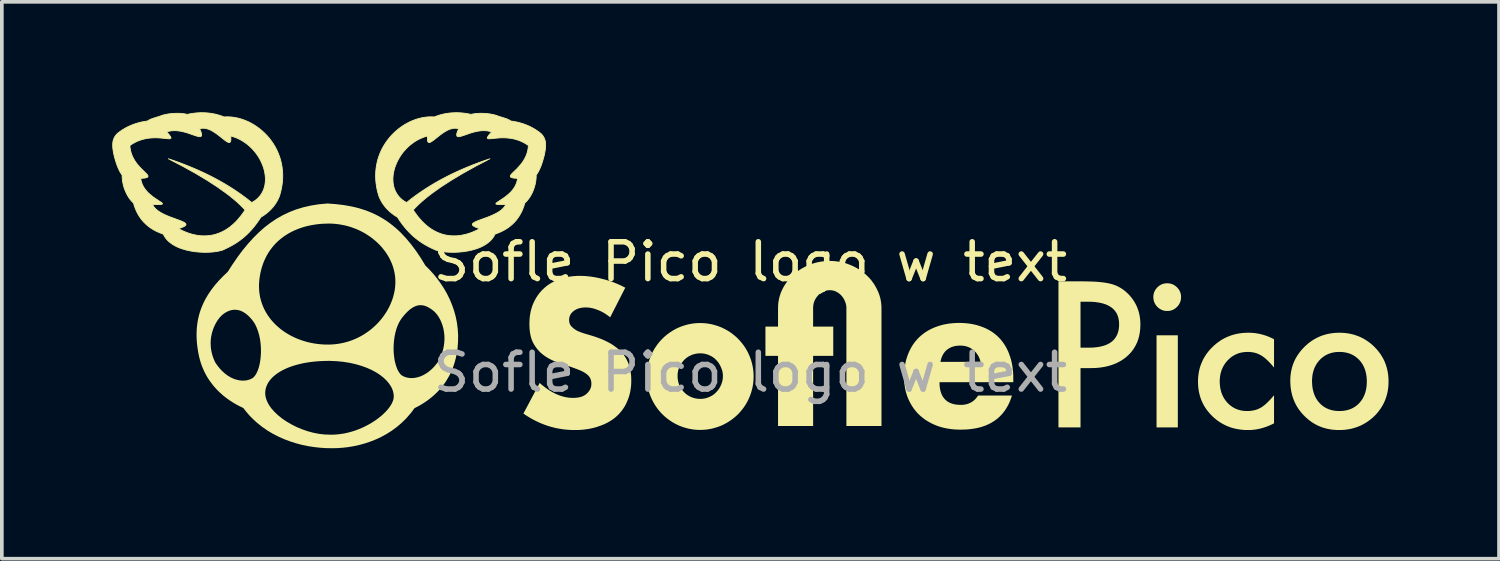
<source format=kicad_pcb>
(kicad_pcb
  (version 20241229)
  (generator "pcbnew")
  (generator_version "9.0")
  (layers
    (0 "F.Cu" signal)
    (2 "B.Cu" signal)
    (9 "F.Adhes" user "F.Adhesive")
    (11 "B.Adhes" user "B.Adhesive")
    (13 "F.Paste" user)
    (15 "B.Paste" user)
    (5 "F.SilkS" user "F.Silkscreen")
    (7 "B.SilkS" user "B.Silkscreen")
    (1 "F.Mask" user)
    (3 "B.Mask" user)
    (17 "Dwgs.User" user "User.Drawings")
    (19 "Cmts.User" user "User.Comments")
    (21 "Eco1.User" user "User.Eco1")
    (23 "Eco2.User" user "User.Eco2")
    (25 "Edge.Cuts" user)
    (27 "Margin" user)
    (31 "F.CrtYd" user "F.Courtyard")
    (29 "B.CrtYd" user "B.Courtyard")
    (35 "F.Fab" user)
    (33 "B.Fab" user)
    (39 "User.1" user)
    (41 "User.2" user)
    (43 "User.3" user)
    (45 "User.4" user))
  (footprint "Sofle Pico logo w text"
    (layer "F.Cu")
    (at 17.332 4.562)
    (property "Reference" "Sofle Pico logo w text" (at 0 -0.5 0) (unlocked yes) (layer "F.SilkS") (effects (font (size 1 1) (thickness 0.15))))
    (fp_poly (pts (xy -1.365 1.162) (xy -1.365 1.162) (xy -1.365 1.162)) (stroke (width 0) (type solid)) (fill yes) (layer "F.SilkS"))
    (fp_poly (pts (xy 11.609 3.997) (xy 11.031 3.997) (xy 11.031 1.495) (xy 11.609 1.495)) (stroke (width 0) (type solid)) (fill yes) (layer "F.SilkS"))
    (fp_poly (pts (xy 11.338 0.082) (xy 11.357 0.084) (xy 11.376 0.086) (xy 11.394 0.089) (xy 11.412 0.093) (xy 11.43 0.097) (xy 11.447 0.103) (xy 11.464 0.109) (xy 11.481 0.117) (xy 11.497 0.125) (xy 11.513 0.134) (xy 11.528 0.144) (xy 11.543 0.155) (xy 11.558 0.166) (xy 11.572 0.179) (xy 11.586 0.192) (xy 11.6 0.206) (xy 11.612 0.22) (xy 11.624 0.234) (xy 11.634 0.249) (xy 11.644 0.265) (xy 11.653 0.28) (xy 11.662 0.296) (xy 11.669 0.312) (xy 11.675 0.329) (xy 11.681 0.346) (xy 11.686 0.364) (xy 11.69 0.382) (xy 11.693 0.4) (xy 11.695 0.418) (xy 11.696 0.437) (xy 11.697 0.457) (xy 11.696 0.476) (xy 11.695 0.495) (xy 11.693 0.514) (xy 11.69 0.532) (xy 11.686 0.55) (xy 11.681 0.568) (xy 11.675 0.585) (xy 11.669 0.602) (xy 11.662 0.619) (xy 11.653 0.635) (xy 11.644 0.65) (xy 11.634 0.666) (xy 11.624 0.681) (xy 11.612 0.696) (xy 11.6 0.71) (xy 11.586 0.724) (xy 11.572 0.737) (xy 11.558 0.75) (xy 11.544 0.762) (xy 11.529 0.772) (xy 11.514 0.782) (xy 11.498 0.791) (xy 11.482 0.8) (xy 11.466 0.807) (xy 11.449 0.813) (xy 11.432 0.819) (xy 11.415 0.824) (xy 11.397 0.828) (xy 11.379 0.831) (xy 11.36 0.833) (xy 11.341 0.834) (xy 11.322 0.834) (xy 11.302 0.834) (xy 11.283 0.833) (xy 11.264 0.831) (xy 11.246 0.828) (xy 11.228 0.824) (xy 11.211 0.819) (xy 11.193 0.813) (xy 11.176 0.807) (xy 11.16 0.8) (xy 11.144 0.791) (xy 11.128 0.782) (xy 11.113 0.772) (xy 11.097 0.762) (xy 11.083 0.75) (xy 11.068 0.737) (xy 11.054 0.724) (xy 11.041 0.71) (xy 11.029 0.696) (xy 11.017 0.681) (xy 11.006 0.666) (xy 10.996 0.65) (xy 10.987 0.634) (xy 10.979 0.618) (xy 10.972 0.601) (xy 10.965 0.584) (xy 10.96 0.567) (xy 10.955 0.549) (xy 10.951 0.531) (xy 10.948 0.512) (xy 10.946 0.493) (xy 10.944 0.474) (xy 10.944 0.454) (xy 10.944 0.436) (xy 10.946 0.417) (xy 10.948 0.399) (xy 10.951 0.381) (xy 10.955 0.364) (xy 10.96 0.346) (xy 10.965 0.33) (xy 10.972 0.313) (xy 10.979 0.297) (xy 10.987 0.281) (xy 10.996 0.265) (xy 11.006 0.25) (xy 11.017 0.235) (xy 11.029 0.221) (xy 11.041 0.206) (xy 11.054 0.192) (xy 11.068 0.179) (xy 11.083 0.166) (xy 11.097 0.155) (xy 11.112 0.144) (xy 11.128 0.134) (xy 11.143 0.125) (xy 11.159 0.117) (xy 11.176 0.109) (xy 11.193 0.103) (xy 11.21 0.097) (xy 11.227 0.093) (xy 11.245 0.089) (xy 11.263 0.086) (xy 11.281 0.084) (xy 11.3 0.082) (xy 11.319 0.082)) (stroke (width 0) (type solid)) (fill yes) (layer "F.SilkS"))
    (fp_poly (pts (xy 9.166 0.032) (xy 9.279 0.035) (xy 9.385 0.04) (xy 9.483 0.048) (xy 9.573 0.058) (xy 9.656 0.07) (xy 9.731 0.084) (xy 9.798 0.1) (xy 9.83 0.109) (xy 9.861 0.119) (xy 9.892 0.13) (xy 9.923 0.142) (xy 9.953 0.155) (xy 9.982 0.169) (xy 10.011 0.184) (xy 10.04 0.2) (xy 10.068 0.217) (xy 10.095 0.235) (xy 10.122 0.253) (xy 10.149 0.273) (xy 10.175 0.294) (xy 10.2 0.316) (xy 10.226 0.338) (xy 10.25 0.362) (xy 10.292 0.404) (xy 10.33 0.448) (xy 10.366 0.493) (xy 10.4 0.54) (xy 10.43 0.588) (xy 10.458 0.637) (xy 10.484 0.687) (xy 10.506 0.739) (xy 10.526 0.793) (xy 10.544 0.847) (xy 10.559 0.904) (xy 10.571 0.961) (xy 10.58 1.02) (xy 10.587 1.08) (xy 10.591 1.141) (xy 10.592 1.204) (xy 10.59 1.272) (xy 10.586 1.337) (xy 10.579 1.401) (xy 10.569 1.463) (xy 10.556 1.523) (xy 10.541 1.581) (xy 10.522 1.638) (xy 10.501 1.692) (xy 10.476 1.745) (xy 10.449 1.797) (xy 10.419 1.846) (xy 10.387 1.894) (xy 10.351 1.94) (xy 10.313 1.984) (xy 10.271 2.027) (xy 10.227 2.067) (xy 10.181 2.106) (xy 10.132 2.142) (xy 10.081 2.176) (xy 10.029 2.207) (xy 9.974 2.235) (xy 9.918 2.262) (xy 9.859 2.285) (xy 9.799 2.306) (xy 9.736 2.325) (xy 9.672 2.341) (xy 9.605 2.355) (xy 9.537 2.366) (xy 9.467 2.375) (xy 9.394 2.381) (xy 9.32 2.385) (xy 9.243 2.386) (xy 8.966 2.386) (xy 8.966 3.997) (xy 8.367 3.997) (xy 8.367 1.831) (xy 8.966 1.831) (xy 9.189 1.831) (xy 9.289 1.829) (xy 9.383 1.821) (xy 9.47 1.809) (xy 9.55 1.791) (xy 9.588 1.781) (xy 9.624 1.769) (xy 9.659 1.756) (xy 9.692 1.742) (xy 9.723 1.726) (xy 9.753 1.71) (xy 9.781 1.692) (xy 9.808 1.673) (xy 9.833 1.652) (xy 9.856 1.63) (xy 9.878 1.607) (xy 9.898 1.583) (xy 9.916 1.558) (xy 9.933 1.531) (xy 9.949 1.503) (xy 9.962 1.474) (xy 9.974 1.444) (xy 9.985 1.412) (xy 9.994 1.379) (xy 10.001 1.345) (xy 10.007 1.31) (xy 10.011 1.273) (xy 10.013 1.236) (xy 10.014 1.197) (xy 10.013 1.159) (xy 10.011 1.122) (xy 10.006 1.087) (xy 10.001 1.053) (xy 9.993 1.02) (xy 9.984 0.988) (xy 9.973 0.957) (xy 9.961 0.928) (xy 9.947 0.9) (xy 9.931 0.873) (xy 9.913 0.847) (xy 9.894 0.823) (xy 9.874 0.799) (xy 9.851 0.777) (xy 9.827 0.756) (xy 9.801 0.736) (xy 9.774 0.718) (xy 9.745 0.7) (xy 9.714 0.684) (xy 9.682 0.669) (xy 9.648 0.655) (xy 9.612 0.643) (xy 9.575 0.631) (xy 9.536 0.621) (xy 9.495 0.612) (xy 9.453 0.604) (xy 9.409 0.598) (xy 9.363 0.592) (xy 9.316 0.588) (xy 9.267 0.585) (xy 9.216 0.583) (xy 9.164 0.583) (xy 8.966 0.583) (xy 8.966 1.831) (xy 8.367 1.831) (xy 8.367 0.03) (xy 9.046 0.03)) (stroke (width 0) (type solid)) (fill yes) (layer "F.SilkS"))
    (fp_poly (pts (xy 13.569 1.426) (xy 13.615 1.428) (xy 13.66 1.432) (xy 13.706 1.436) (xy 13.75 1.443) (xy 13.795 1.45) (xy 13.839 1.459) (xy 13.883 1.47) (xy 13.926 1.481) (xy 13.969 1.495) (xy 14.012 1.509) (xy 14.055 1.525) (xy 14.097 1.542) (xy 14.139 1.561) (xy 14.181 1.581) (xy 14.222 1.603) (xy 14.222 1.603) (xy 14.222 2.371) (xy 14.173 2.313) (xy 14.149 2.285) (xy 14.125 2.259) (xy 14.102 2.234) (xy 14.079 2.211) (xy 14.057 2.188) (xy 14.034 2.167) (xy 14.012 2.147) (xy 13.991 2.128) (xy 13.969 2.11) (xy 13.948 2.094) (xy 13.928 2.078) (xy 13.907 2.064) (xy 13.887 2.051) (xy 13.867 2.039) (xy 13.848 2.028) (xy 13.828 2.018) (xy 13.808 2.008) (xy 13.787 1.999) (xy 13.766 1.99) (xy 13.744 1.983) (xy 13.722 1.976) (xy 13.7 1.97) (xy 13.677 1.964) (xy 13.654 1.96) (xy 13.63 1.956) (xy 13.606 1.952) (xy 13.581 1.95) (xy 13.556 1.948) (xy 13.531 1.947) (xy 13.505 1.947) (xy 13.465 1.948) (xy 13.425 1.95) (xy 13.387 1.955) (xy 13.349 1.961) (xy 13.312 1.969) (xy 13.276 1.979) (xy 13.241 1.99) (xy 13.207 2.004) (xy 13.173 2.019) (xy 13.141 2.036) (xy 13.109 2.055) (xy 13.078 2.075) (xy 13.048 2.098) (xy 13.019 2.122) (xy 12.991 2.148) (xy 12.963 2.175) (xy 12.937 2.204) (xy 12.913 2.234) (xy 12.89 2.265) (xy 12.869 2.297) (xy 12.849 2.329) (xy 12.832 2.363) (xy 12.816 2.397) (xy 12.801 2.433) (xy 12.789 2.469) (xy 12.778 2.506) (xy 12.768 2.544) (xy 12.761 2.583) (xy 12.755 2.623) (xy 12.751 2.664) (xy 12.748 2.706) (xy 12.747 2.748) (xy 12.748 2.792) (xy 12.751 2.834) (xy 12.755 2.876) (xy 12.76 2.916) (xy 12.768 2.956) (xy 12.777 2.994) (xy 12.787 3.032) (xy 12.799 3.069) (xy 12.813 3.104) (xy 12.829 3.139) (xy 12.846 3.173) (xy 12.864 3.205) (xy 12.885 3.237) (xy 12.907 3.268) (xy 12.93 3.297) (xy 12.955 3.326) (xy 12.982 3.353) (xy 13.01 3.379) (xy 13.039 3.403) (xy 13.068 3.425) (xy 13.098 3.445) (xy 13.13 3.464) (xy 13.162 3.481) (xy 13.195 3.496) (xy 13.229 3.509) (xy 13.264 3.52) (xy 13.3 3.53) (xy 13.336 3.538) (xy 13.374 3.544) (xy 13.413 3.549) (xy 13.452 3.551) (xy 13.492 3.552) (xy 13.518 3.552) (xy 13.544 3.551) (xy 13.569 3.549) (xy 13.593 3.547) (xy 13.618 3.543) (xy 13.642 3.539) (xy 13.665 3.535) (xy 13.688 3.53) (xy 13.711 3.524) (xy 13.733 3.517) (xy 13.755 3.51) (xy 13.777 3.502) (xy 13.798 3.493) (xy 13.819 3.483) (xy 13.84 3.473) (xy 13.86 3.462) (xy 13.879 3.451) (xy 13.899 3.438) (xy 13.919 3.424) (xy 13.94 3.408) (xy 13.961 3.392) (xy 13.983 3.374) (xy 14.005 3.354) (xy 14.027 3.334) (xy 14.05 3.312) (xy 14.073 3.289) (xy 14.097 3.264) (xy 14.121 3.239) (xy 14.146 3.212) (xy 14.171 3.184) (xy 14.196 3.154) (xy 14.222 3.123) (xy 14.222 3.886) (xy 14.178 3.908) (xy 14.134 3.929) (xy 14.09 3.948) (xy 14.046 3.966) (xy 14.002 3.982) (xy 13.958 3.997) (xy 13.914 4.011) (xy 13.87 4.023) (xy 13.826 4.034) (xy 13.782 4.043) (xy 13.738 4.051) (xy 13.694 4.057) (xy 13.65 4.062) (xy 13.606 4.066) (xy 13.562 4.068) (xy 13.518 4.068) (xy 13.446 4.067) (xy 13.376 4.063) (xy 13.307 4.055) (xy 13.24 4.045) (xy 13.174 4.032) (xy 13.109 4.016) (xy 13.046 3.997) (xy 12.985 3.975) (xy 12.925 3.95) (xy 12.867 3.922) (xy 12.81 3.891) (xy 12.754 3.857) (xy 12.7 3.821) (xy 12.648 3.781) (xy 12.597 3.739) (xy 12.547 3.693) (xy 12.5 3.645) (xy 12.456 3.596) (xy 12.414 3.545) (xy 12.376 3.493) (xy 12.341 3.44) (xy 12.309 3.385) (xy 12.28 3.328) (xy 12.254 3.27) (xy 12.231 3.211) (xy 12.212 3.15) (xy 12.195 3.088) (xy 12.181 3.024) (xy 12.17 2.959) (xy 12.163 2.893) (xy 12.158 2.825) (xy 12.157 2.756) (xy 12.158 2.687) (xy 12.163 2.619) (xy 12.171 2.552) (xy 12.181 2.487) (xy 12.195 2.423) (xy 12.212 2.36) (xy 12.232 2.299) (xy 12.256 2.24) (xy 12.282 2.181) (xy 12.311 2.124) (xy 12.344 2.068) (xy 12.379 2.014) (xy 12.418 1.961) (xy 12.459 1.91) (xy 12.504 1.859) (xy 12.552 1.811) (xy 12.602 1.764) (xy 12.654 1.72) (xy 12.707 1.68) (xy 12.761 1.642) (xy 12.817 1.607) (xy 12.874 1.576) (xy 12.933 1.547) (xy 12.993 1.522) (xy 13.054 1.499) (xy 13.117 1.479) (xy 13.181 1.463) (xy 13.247 1.449) (xy 13.314 1.439) (xy 13.382 1.431) (xy 13.452 1.427) (xy 13.523 1.425)) (stroke (width 0) (type solid)) (fill yes) (layer "F.SilkS"))
    (fp_poly (pts (xy 16.066 1.427) (xy 16.134 1.431) (xy 16.201 1.439) (xy 16.266 1.449) (xy 16.33 1.463) (xy 16.393 1.479) (xy 16.454 1.499) (xy 16.514 1.521) (xy 16.573 1.546) (xy 16.631 1.575) (xy 16.687 1.606) (xy 16.741 1.641) (xy 16.795 1.678) (xy 16.847 1.718) (xy 16.898 1.762) (xy 16.947 1.808) (xy 16.994 1.857) (xy 17.037 1.906) (xy 17.078 1.958) (xy 17.116 2.01) (xy 17.15 2.064) (xy 17.182 2.12) (xy 17.211 2.176) (xy 17.236 2.234) (xy 17.259 2.294) (xy 17.278 2.355) (xy 17.295 2.417) (xy 17.308 2.48) (xy 17.319 2.545) (xy 17.326 2.612) (xy 17.331 2.679) (xy 17.332 2.748) (xy 17.331 2.818) (xy 17.326 2.886) (xy 17.319 2.953) (xy 17.308 3.018) (xy 17.295 3.082) (xy 17.278 3.144) (xy 17.258 3.205) (xy 17.236 3.265) (xy 17.21 3.323) (xy 17.181 3.38) (xy 17.149 3.435) (xy 17.114 3.489) (xy 17.076 3.542) (xy 17.036 3.593) (xy 16.992 3.643) (xy 16.945 3.691) (xy 16.895 3.737) (xy 16.844 3.779) (xy 16.792 3.819) (xy 16.738 3.856) (xy 16.683 3.89) (xy 16.627 3.921) (xy 16.569 3.949) (xy 16.51 3.974) (xy 16.449 3.996) (xy 16.387 4.015) (xy 16.324 4.032) (xy 16.259 4.045) (xy 16.193 4.055) (xy 16.126 4.063) (xy 16.057 4.067) (xy 15.986 4.068) (xy 15.917 4.067) (xy 15.849 4.062) (xy 15.782 4.055) (xy 15.717 4.044) (xy 15.653 4.031) (xy 15.59 4.014) (xy 15.529 3.995) (xy 15.47 3.972) (xy 15.411 3.947) (xy 15.355 3.918) (xy 15.299 3.886) (xy 15.245 3.852) (xy 15.193 3.814) (xy 15.142 3.773) (xy 15.092 3.73) (xy 15.044 3.683) (xy 14.998 3.635) (xy 14.955 3.585) (xy 14.915 3.534) (xy 14.877 3.481) (xy 14.843 3.426) (xy 14.812 3.371) (xy 14.784 3.313) (xy 14.759 3.254) (xy 14.736 3.194) (xy 14.717 3.132) (xy 14.701 3.068) (xy 14.687 3.003) (xy 14.677 2.936) (xy 14.67 2.868) (xy 14.665 2.799) (xy 14.664 2.738) (xy 15.254 2.738) (xy 15.255 2.784) (xy 15.258 2.829) (xy 15.261 2.873) (xy 15.267 2.916) (xy 15.274 2.957) (xy 15.283 2.997) (xy 15.293 3.036) (xy 15.305 3.074) (xy 15.318 3.11) (xy 15.333 3.145) (xy 15.349 3.179) (xy 15.367 3.212) (xy 15.387 3.244) (xy 15.408 3.274) (xy 15.431 3.303) (xy 15.455 3.331) (xy 15.481 3.358) (xy 15.508 3.383) (xy 15.536 3.406) (xy 15.566 3.428) (xy 15.596 3.448) (xy 15.627 3.466) (xy 15.66 3.482) (xy 15.693 3.497) (xy 15.727 3.51) (xy 15.763 3.521) (xy 15.799 3.531) (xy 15.837 3.538) (xy 15.875 3.544) (xy 15.915 3.549) (xy 15.955 3.551) (xy 15.997 3.552) (xy 16.039 3.551) (xy 16.079 3.549) (xy 16.119 3.544) (xy 16.158 3.538) (xy 16.195 3.531) (xy 16.232 3.521) (xy 16.267 3.51) (xy 16.302 3.498) (xy 16.335 3.483) (xy 16.367 3.467) (xy 16.399 3.449) (xy 16.429 3.429) (xy 16.458 3.408) (xy 16.486 3.385) (xy 16.513 3.36) (xy 16.539 3.334) (xy 16.563 3.306) (xy 16.586 3.277) (xy 16.608 3.247) (xy 16.628 3.215) (xy 16.646 3.183) (xy 16.662 3.149) (xy 16.677 3.115) (xy 16.691 3.079) (xy 16.703 3.042) (xy 16.713 3.004) (xy 16.722 2.964) (xy 16.729 2.924) (xy 16.735 2.882) (xy 16.739 2.84) (xy 16.741 2.796) (xy 16.742 2.751) (xy 16.741 2.706) (xy 16.739 2.662) (xy 16.735 2.619) (xy 16.729 2.577) (xy 16.722 2.537) (xy 16.713 2.498) (xy 16.703 2.46) (xy 16.691 2.423) (xy 16.677 2.387) (xy 16.662 2.352) (xy 16.646 2.318) (xy 16.628 2.286) (xy 16.608 2.255) (xy 16.586 2.224) (xy 16.563 2.195) (xy 16.539 2.168) (xy 16.513 2.141) (xy 16.485 2.116) (xy 16.457 2.093) (xy 16.428 2.071) (xy 16.398 2.051) (xy 16.366 2.033) (xy 16.334 2.017) (xy 16.301 2.002) (xy 16.266 1.989) (xy 16.231 1.978) (xy 16.194 1.968) (xy 16.157 1.961) (xy 16.118 1.954) (xy 16.079 1.95) (xy 16.038 1.948) (xy 15.997 1.947) (xy 15.956 1.948) (xy 15.916 1.95) (xy 15.877 1.954) (xy 15.839 1.961) (xy 15.802 1.968) (xy 15.766 1.978) (xy 15.731 1.989) (xy 15.697 2.002) (xy 15.664 2.017) (xy 15.632 2.033) (xy 15.601 2.051) (xy 15.571 2.071) (xy 15.541 2.093) (xy 15.513 2.116) (xy 15.486 2.141) (xy 15.46 2.168) (xy 15.435 2.196) (xy 15.412 2.225) (xy 15.39 2.255) (xy 15.37 2.286) (xy 15.352 2.318) (xy 15.335 2.351) (xy 15.319 2.385) (xy 15.306 2.421) (xy 15.294 2.457) (xy 15.283 2.494) (xy 15.274 2.532) (xy 15.267 2.571) (xy 15.262 2.611) (xy 15.258 2.653) (xy 15.255 2.695) (xy 15.254 2.738) (xy 14.664 2.738) (xy 14.664 2.728) (xy 14.664 2.728) (xy 14.665 2.66) (xy 14.67 2.595) (xy 14.677 2.53) (xy 14.688 2.467) (xy 14.702 2.405) (xy 14.718 2.344) (xy 14.738 2.284) (xy 14.761 2.226) (xy 14.786 2.169) (xy 14.815 2.113) (xy 14.847 2.059) (xy 14.882 2.006) (xy 14.92 1.954) (xy 14.961 1.903) (xy 15.005 1.854) (xy 15.051 1.805) (xy 15.101 1.759) (xy 15.151 1.716) (xy 15.203 1.676) (xy 15.256 1.639) (xy 15.31 1.605) (xy 15.366 1.574) (xy 15.423 1.546) (xy 15.482 1.52) (xy 15.541 1.498) (xy 15.603 1.479) (xy 15.665 1.462) (xy 15.729 1.449) (xy 15.794 1.439) (xy 15.86 1.431) (xy 15.928 1.427) (xy 15.997 1.425)) (stroke (width 0) (type solid)) (fill yes) (layer "F.SilkS"))
    (fp_poly (pts (xy 2.19 -0.524) (xy 2.225 -0.523) (xy 2.26 -0.521) (xy 2.295 -0.518) (xy 2.329 -0.514) (xy 2.364 -0.51) (xy 2.397 -0.505) (xy 2.431 -0.499) (xy 2.465 -0.492) (xy 2.498 -0.485) (xy 2.531 -0.477) (xy 2.563 -0.468) (xy 2.596 -0.458) (xy 2.628 -0.448) (xy 2.66 -0.436) (xy 2.692 -0.424) (xy 2.724 -0.411) (xy 2.755 -0.398) (xy 2.786 -0.384) (xy 2.816 -0.37) (xy 2.846 -0.354) (xy 2.875 -0.339) (xy 2.904 -0.323) (xy 2.932 -0.306) (xy 2.96 -0.288) (xy 2.987 -0.27) (xy 3.014 -0.252) (xy 3.04 -0.233) (xy 3.065 -0.213) (xy 3.09 -0.193) (xy 3.115 -0.172) (xy 3.139 -0.151) (xy 3.163 -0.129) (xy 3.186 -0.106) (xy 3.209 -0.083) (xy 3.231 -0.06) (xy 3.252 -0.036) (xy 3.273 -0.012) (xy 3.293 0.013) (xy 3.312 0.039) (xy 3.331 0.065) (xy 3.349 0.091) (xy 3.367 0.118) (xy 3.383 0.145) (xy 3.399 0.173) (xy 3.415 0.202) (xy 3.43 0.23) (xy 3.444 0.26) (xy 3.458 0.289) (xy 3.471 0.318) (xy 3.483 0.348) (xy 3.494 0.378) (xy 3.505 0.408) (xy 3.514 0.439) (xy 3.523 0.469) (xy 3.531 0.5) (xy 3.537 0.532) (xy 3.543 0.563) (xy 3.548 0.595) (xy 3.552 0.628) (xy 3.555 0.66) (xy 3.558 0.693) (xy 3.559 0.726) (xy 3.56 0.759) (xy 3.56 3.958) (xy 2.607 3.958) (xy 2.607 0.759) (xy 2.607 0.748) (xy 2.607 0.736) (xy 2.606 0.724) (xy 2.605 0.713) (xy 2.604 0.701) (xy 2.602 0.69) (xy 2.6 0.679) (xy 2.598 0.667) (xy 2.596 0.656) (xy 2.593 0.645) (xy 2.59 0.634) (xy 2.587 0.623) (xy 2.583 0.613) (xy 2.579 0.602) (xy 2.575 0.591) (xy 2.571 0.581) (xy 2.566 0.57) (xy 2.562 0.559) (xy 2.558 0.548) (xy 2.553 0.537) (xy 2.548 0.527) (xy 2.542 0.517) (xy 2.537 0.506) (xy 2.531 0.496) (xy 2.525 0.487) (xy 2.519 0.477) (xy 2.512 0.468) (xy 2.505 0.458) (xy 2.498 0.449) (xy 2.491 0.44) (xy 2.484 0.431) (xy 2.476 0.423) (xy 2.469 0.414) (xy 2.461 0.406) (xy 2.453 0.398) (xy 2.445 0.39) (xy 2.437 0.383) (xy 2.429 0.375) (xy 2.42 0.368) (xy 2.411 0.361) (xy 2.402 0.354) (xy 2.393 0.348) (xy 2.384 0.341) (xy 2.374 0.335) (xy 2.364 0.329) (xy 2.354 0.323) (xy 2.344 0.318) (xy 2.334 0.312) (xy 2.324 0.307) (xy 2.314 0.302) (xy 2.303 0.298) (xy 2.293 0.294) (xy 2.282 0.29) (xy 2.272 0.287) (xy 2.261 0.284) (xy 2.25 0.281) (xy 2.238 0.278) (xy 2.227 0.276) (xy 2.215 0.274) (xy 2.204 0.273) (xy 2.192 0.272) (xy 2.18 0.271) (xy 2.167 0.27) (xy 2.155 0.27) (xy 2.143 0.27) (xy 2.13 0.271) (xy 2.118 0.272) (xy 2.106 0.273) (xy 2.094 0.274) (xy 2.082 0.276) (xy 2.071 0.278) (xy 2.059 0.281) (xy 2.048 0.284) (xy 2.036 0.287) (xy 2.025 0.29) (xy 2.014 0.294) (xy 2.003 0.298) (xy 1.992 0.302) (xy 1.981 0.307) (xy 1.971 0.312) (xy 1.96 0.318) (xy 1.95 0.323) (xy 1.94 0.329) (xy 1.93 0.335) (xy 1.921 0.341) (xy 1.911 0.348) (xy 1.902 0.354) (xy 1.893 0.361) (xy 1.884 0.368) (xy 1.876 0.375) (xy 1.868 0.383) (xy 1.859 0.39) (xy 1.851 0.398) (xy 1.844 0.406) (xy 1.836 0.414) (xy 1.829 0.423) (xy 1.822 0.431) (xy 1.815 0.439) (xy 1.808 0.447) (xy 1.801 0.456) (xy 1.795 0.465) (xy 1.788 0.474) (xy 1.782 0.483) (xy 1.776 0.493) (xy 1.77 0.502) (xy 1.765 0.512) (xy 1.759 0.522) (xy 1.754 0.532) (xy 1.749 0.543) (xy 1.744 0.553) (xy 1.739 0.564) (xy 1.734 0.575) (xy 1.73 0.587) (xy 1.727 0.598) (xy 1.723 0.609) (xy 1.72 0.62) (xy 1.717 0.632) (xy 1.715 0.643) (xy 1.713 0.655) (xy 1.71 0.666) (xy 1.709 0.678) (xy 1.707 0.689) (xy 1.706 0.701) (xy 1.705 0.712) (xy 1.704 0.724) (xy 1.703 0.736) (xy 1.703 0.748) (xy 1.703 0.759) (xy 1.703 1.259) (xy 2.25 1.259) (xy 2.25 2.054) (xy 1.703 2.054) (xy 1.703 3.958) (xy 0.75 3.958) (xy 0.75 2.054) (xy 0.408 2.054) (xy 0.408 1.259) (xy 0.75 1.259) (xy 0.75 0.759) (xy 0.751 0.726) (xy 0.752 0.693) (xy 0.754 0.66) (xy 0.757 0.628) (xy 0.761 0.595) (xy 0.766 0.563) (xy 0.772 0.532) (xy 0.778 0.5) (xy 0.785 0.469) (xy 0.794 0.439) (xy 0.803 0.408) (xy 0.813 0.378) (xy 0.823 0.348) (xy 0.835 0.318) (xy 0.847 0.289) (xy 0.861 0.26) (xy 0.876 0.23) (xy 0.891 0.202) (xy 0.907 0.173) (xy 0.923 0.145) (xy 0.94 0.118) (xy 0.958 0.091) (xy 0.976 0.065) (xy 0.995 0.039) (xy 1.014 0.013) (xy 1.034 -0.012) (xy 1.055 -0.036) (xy 1.076 -0.06) (xy 1.098 -0.083) (xy 1.12 -0.106) (xy 1.143 -0.129) (xy 1.166 -0.151) (xy 1.191 -0.172) (xy 1.216 -0.193) (xy 1.241 -0.213) (xy 1.267 -0.233) (xy 1.293 -0.252) (xy 1.32 -0.27) (xy 1.347 -0.288) (xy 1.375 -0.306) (xy 1.403 -0.323) (xy 1.432 -0.339) (xy 1.461 -0.354) (xy 1.49 -0.37) (xy 1.52 -0.384) (xy 1.551 -0.398) (xy 1.582 -0.411) (xy 1.613 -0.424) (xy 1.645 -0.436) (xy 1.678 -0.448) (xy 1.711 -0.458) (xy 1.744 -0.468) (xy 1.777 -0.477) (xy 1.81 -0.485) (xy 1.844 -0.492) (xy 1.877 -0.499) (xy 1.911 -0.505) (xy 1.946 -0.51) (xy 1.98 -0.514) (xy 2.015 -0.518) (xy 2.049 -0.521) (xy 2.084 -0.523) (xy 2.12 -0.524) (xy 2.155 -0.524)) (stroke (width 0) (type solid)) (fill yes) (layer "F.SilkS"))
    (fp_poly (pts (xy 5.757 1.161) (xy 5.839 1.166) (xy 5.88 1.17) (xy 5.919 1.174) (xy 5.959 1.179) (xy 5.997 1.186) (xy 6.036 1.193) (xy 6.073 1.2) (xy 6.11 1.209) (xy 6.147 1.218) (xy 6.183 1.229) (xy 6.219 1.24) (xy 6.254 1.252) (xy 6.288 1.265) (xy 6.322 1.277) (xy 6.355 1.291) (xy 6.388 1.305) (xy 6.42 1.32) (xy 6.451 1.336) (xy 6.481 1.353) (xy 6.511 1.37) (xy 6.54 1.388) (xy 6.569 1.407) (xy 6.597 1.426) (xy 6.624 1.447) (xy 6.651 1.468) (xy 6.677 1.489) (xy 6.702 1.512) (xy 6.727 1.535) (xy 6.751 1.559) (xy 6.774 1.584) (xy 6.797 1.609) (xy 6.819 1.635) (xy 6.84 1.662) (xy 6.861 1.689) (xy 6.88 1.718) (xy 6.9 1.747) (xy 6.918 1.776) (xy 6.936 1.806) (xy 6.953 1.837) (xy 6.969 1.869) (xy 6.985 1.901) (xy 7 1.934) (xy 7.014 1.968) (xy 7.027 2.003) (xy 7.04 2.038) (xy 7.052 2.073) (xy 7.064 2.109) (xy 7.074 2.145) (xy 7.084 2.182) (xy 7.093 2.219) (xy 7.101 2.257) (xy 7.109 2.296) (xy 7.115 2.335) (xy 7.121 2.375) (xy 7.126 2.415) (xy 7.13 2.456) (xy 7.134 2.497) (xy 7.137 2.54) (xy 7.139 2.582) (xy 7.14 2.669) (xy 7.14 2.769) (xy 5.136 2.769) (xy 5.138 2.844) (xy 5.141 2.879) (xy 5.145 2.913) (xy 5.15 2.946) (xy 5.156 2.978) (xy 5.164 3.009) (xy 5.172 3.038) (xy 5.182 3.067) (xy 5.192 3.094) (xy 5.204 3.119) (xy 5.217 3.144) (xy 5.231 3.168) (xy 5.247 3.19) (xy 5.263 3.211) (xy 5.281 3.231) (xy 5.299 3.249) (xy 5.319 3.267) (xy 5.34 3.283) (xy 5.362 3.298) (xy 5.385 3.312) (xy 5.409 3.324) (xy 5.435 3.336) (xy 5.461 3.346) (xy 5.489 3.355) (xy 5.518 3.363) (xy 5.548 3.37) (xy 5.579 3.375) (xy 5.611 3.379) (xy 5.645 3.382) (xy 5.679 3.384) (xy 5.715 3.385) (xy 5.753 3.384) (xy 5.79 3.381) (xy 5.826 3.376) (xy 5.86 3.369) (xy 5.894 3.36) (xy 5.926 3.349) (xy 5.957 3.336) (xy 5.987 3.321) (xy 6.015 3.305) (xy 6.043 3.286) (xy 6.069 3.265) (xy 6.094 3.243) (xy 6.118 3.218) (xy 6.141 3.191) (xy 6.162 3.163) (xy 6.183 3.132) (xy 7.103 3.132) (xy 7.085 3.189) (xy 7.065 3.244) (xy 7.044 3.298) (xy 7.021 3.349) (xy 6.996 3.399) (xy 6.969 3.447) (xy 6.941 3.493) (xy 6.912 3.537) (xy 6.88 3.58) (xy 6.847 3.62) (xy 6.813 3.659) (xy 6.777 3.696) (xy 6.739 3.732) (xy 6.699 3.765) (xy 6.658 3.797) (xy 6.615 3.826) (xy 6.571 3.854) (xy 6.525 3.881) (xy 6.477 3.905) (xy 6.428 3.928) (xy 6.377 3.949) (xy 6.325 3.967) (xy 6.27 3.985) (xy 6.215 4) (xy 6.157 4.014) (xy 6.098 4.025) (xy 6.037 4.035) (xy 5.975 4.043) (xy 5.911 4.05) (xy 5.845 4.054) (xy 5.709 4.058) (xy 5.625 4.056) (xy 5.542 4.052) (xy 5.461 4.044) (xy 5.382 4.033) (xy 5.304 4.019) (xy 5.229 4.002) (xy 5.155 3.981) (xy 5.119 3.97) (xy 5.083 3.958) (xy 5.048 3.944) (xy 5.014 3.93) (xy 4.98 3.916) (xy 4.946 3.9) (xy 4.913 3.884) (xy 4.881 3.867) (xy 4.85 3.85) (xy 4.819 3.832) (xy 4.789 3.813) (xy 4.759 3.794) (xy 4.73 3.774) (xy 4.702 3.753) (xy 4.674 3.731) (xy 4.647 3.709) (xy 4.62 3.687) (xy 4.594 3.663) (xy 4.569 3.639) (xy 4.545 3.615) (xy 4.522 3.59) (xy 4.5 3.564) (xy 4.478 3.538) (xy 4.457 3.511) (xy 4.436 3.484) (xy 4.417 3.456) (xy 4.397 3.427) (xy 4.379 3.398) (xy 4.361 3.368) (xy 4.345 3.338) (xy 4.328 3.307) (xy 4.313 3.276) (xy 4.298 3.244) (xy 4.284 3.211) (xy 4.27 3.178) (xy 4.258 3.144) (xy 4.246 3.11) (xy 4.235 3.075) (xy 4.225 3.04) (xy 4.216 3.005) (xy 4.208 2.969) (xy 4.201 2.932) (xy 4.194 2.895) (xy 4.189 2.857) (xy 4.184 2.819) (xy 4.18 2.781) (xy 4.177 2.742) (xy 4.175 2.702) (xy 4.174 2.662) (xy 4.173 2.622) (xy 4.175 2.539) (xy 4.177 2.498) (xy 4.18 2.458) (xy 4.183 2.418) (xy 4.188 2.379) (xy 4.193 2.34) (xy 4.2 2.302) (xy 4.207 2.265) (xy 4.214 2.228) (xy 4.217 2.217) (xy 5.162 2.217) (xy 6.251 2.217) (xy 6.245 2.192) (xy 6.238 2.168) (xy 6.23 2.145) (xy 6.221 2.122) (xy 6.212 2.099) (xy 6.202 2.078) (xy 6.191 2.057) (xy 6.179 2.037) (xy 6.166 2.017) (xy 6.153 1.998) (xy 6.139 1.979) (xy 6.124 1.961) (xy 6.108 1.944) (xy 6.092 1.927) (xy 6.075 1.911) (xy 6.057 1.896) (xy 6.038 1.881) (xy 6.019 1.867) (xy 5.999 1.855) (xy 5.979 1.843) (xy 5.958 1.832) (xy 5.937 1.822) (xy 5.916 1.813) (xy 5.893 1.805) (xy 5.871 1.798) (xy 5.848 1.792) (xy 5.824 1.787) (xy 5.8 1.782) (xy 5.775 1.779) (xy 5.75 1.777) (xy 5.725 1.775) (xy 5.699 1.775) (xy 5.671 1.775) (xy 5.645 1.777) (xy 5.619 1.779) (xy 5.593 1.782) (xy 5.568 1.786) (xy 5.544 1.791) (xy 5.521 1.797) (xy 5.498 1.804) (xy 5.475 1.811) (xy 5.453 1.82) (xy 5.432 1.83) (xy 5.412 1.84) (xy 5.392 1.851) (xy 5.373 1.863) (xy 5.354 1.877) (xy 5.336 1.891) (xy 5.319 1.905) (xy 5.303 1.921) (xy 5.288 1.937) (xy 5.274 1.954) (xy 5.26 1.972) (xy 5.247 1.991) (xy 5.235 2.01) (xy 5.224 2.03) (xy 5.214 2.051) (xy 5.204 2.072) (xy 5.195 2.094) (xy 5.187 2.117) (xy 5.18 2.141) (xy 5.173 2.166) (xy 5.167 2.191) (xy 5.162 2.217) (xy 4.217 2.217) (xy 4.223 2.191) (xy 4.232 2.155) (xy 4.243 2.12) (xy 4.254 2.085) (xy 4.266 2.051) (xy 4.278 2.017) (xy 4.292 1.983) (xy 4.306 1.95) (xy 4.321 1.917) (xy 4.337 1.885) (xy 4.353 1.854) (xy 4.37 1.823) (xy 4.388 1.794) (xy 4.406 1.764) (xy 4.425 1.736) (xy 4.445 1.708) (xy 4.465 1.68) (xy 4.487 1.654) (xy 4.508 1.628) (xy 4.531 1.603) (xy 4.554 1.578) (xy 4.578 1.554) (xy 4.603 1.531) (xy 4.628 1.508) (xy 4.654 1.486) (xy 4.681 1.465) (xy 4.708 1.444) (xy 4.735 1.424) (xy 4.764 1.405) (xy 4.793 1.387) (xy 4.822 1.369) (xy 4.852 1.352) (xy 4.883 1.336) (xy 4.915 1.32) (xy 4.947 1.305) (xy 4.979 1.291) (xy 5.013 1.277) (xy 5.046 1.265) (xy 5.082 1.252) (xy 5.117 1.24) (xy 5.153 1.229) (xy 5.19 1.218) (xy 5.227 1.209) (xy 5.265 1.2) (xy 5.304 1.193) (xy 5.342 1.186) (xy 5.382 1.179) (xy 5.422 1.174) (xy 5.462 1.17) (xy 5.503 1.166) (xy 5.545 1.163) (xy 5.587 1.161) (xy 5.629 1.16) (xy 5.672 1.159)) (stroke (width 0) (type solid)) (fill yes) (layer "F.SilkS"))
    (fp_poly (pts (xy -1.293 1.164) (xy -1.221 1.169) (xy -1.15 1.178) (xy -1.08 1.19) (xy -1.011 1.206) (xy -0.943 1.225) (xy -0.875 1.247) (xy -0.809 1.272) (xy -0.744 1.301) (xy -0.681 1.333) (xy -0.619 1.368) (xy -0.559 1.406) (xy -0.501 1.447) (xy -0.445 1.491) (xy -0.39 1.537) (xy -0.338 1.587) (xy -0.289 1.639) (xy -0.242 1.694) (xy -0.198 1.75) (xy -0.157 1.808) (xy -0.119 1.868) (xy -0.084 1.93) (xy -0.052 1.993) (xy -0.024 2.058) (xy 0.002 2.124) (xy 0.024 2.191) (xy 0.043 2.26) (xy 0.059 2.329) (xy 0.071 2.399) (xy 0.08 2.47) (xy 0.085 2.542) (xy 0.087 2.614) (xy 0.085 2.685) (xy 0.08 2.757) (xy 0.071 2.828) (xy 0.059 2.898) (xy 0.043 2.967) (xy 0.024 3.036) (xy 0.002 3.103) (xy -0.024 3.169) (xy -0.052 3.234) (xy -0.084 3.297) (xy -0.119 3.359) (xy -0.157 3.419) (xy -0.198 3.477) (xy -0.242 3.533) (xy -0.289 3.588) (xy -0.338 3.64) (xy -0.39 3.69) (xy -0.445 3.736) (xy -0.501 3.78) (xy -0.559 3.821) (xy -0.619 3.859) (xy -0.681 3.894) (xy -0.744 3.926) (xy -0.809 3.955) (xy -0.875 3.98) (xy -0.943 4.002) (xy -1.011 4.021) (xy -1.08 4.037) (xy -1.15 4.049) (xy -1.221 4.058) (xy -1.293 4.063) (xy -1.365 4.065) (xy -1.437 4.063) (xy -1.508 4.058) (xy -1.579 4.049) (xy -1.649 4.037) (xy -1.719 4.021) (xy -1.787 4.002) (xy -1.854 3.98) (xy -1.92 3.955) (xy -1.985 3.926) (xy -2.048 3.894) (xy -2.11 3.859) (xy -2.17 3.821) (xy -2.228 3.78) (xy -2.285 3.736) (xy -2.339 3.69) (xy -2.391 3.64) (xy -2.441 3.588) (xy -2.488 3.533) (xy -2.531 3.477) (xy -2.572 3.419) (xy -2.61 3.359) (xy -2.645 3.297) (xy -2.677 3.234) (xy -2.706 3.169) (xy -2.731 3.103) (xy -2.754 3.036) (xy -2.773 2.967) (xy -2.788 2.898) (xy -2.8 2.828) (xy -2.809 2.757) (xy -2.815 2.685) (xy -2.816 2.614) (xy -2.816 2.595) (xy -1.978 2.595) (xy -1.978 2.612) (xy -1.978 2.629) (xy -1.977 2.646) (xy -1.975 2.663) (xy -1.974 2.679) (xy -1.972 2.695) (xy -1.969 2.711) (xy -1.966 2.727) (xy -1.963 2.743) (xy -1.96 2.758) (xy -1.956 2.774) (xy -1.952 2.789) (xy -1.947 2.804) (xy -1.942 2.819) (xy -1.937 2.833) (xy -1.931 2.848) (xy -1.924 2.862) (xy -1.917 2.875) (xy -1.91 2.888) (xy -1.903 2.902) (xy -1.895 2.914) (xy -1.888 2.927) (xy -1.88 2.94) (xy -1.872 2.952) (xy -1.863 2.964) (xy -1.855 2.976) (xy -1.846 2.987) (xy -1.837 2.999) (xy -1.828 3.01) (xy -1.819 3.021) (xy -1.809 3.032) (xy -1.799 3.043) (xy -1.789 3.053) (xy -1.778 3.063) (xy -1.767 3.073) (xy -1.756 3.082) (xy -1.744 3.092) (xy -1.733 3.101) (xy -1.721 3.109) (xy -1.709 3.118) (xy -1.696 3.126) (xy -1.684 3.133) (xy -1.671 3.141) (xy -1.658 3.148) (xy -1.645 3.155) (xy -1.632 3.162) (xy -1.618 3.168) (xy -1.605 3.174) (xy -1.59 3.18) (xy -1.576 3.185) (xy -1.561 3.19) (xy -1.546 3.195) (xy -1.531 3.199) (xy -1.516 3.203) (xy -1.501 3.207) (xy -1.486 3.21) (xy -1.471 3.212) (xy -1.456 3.215) (xy -1.441 3.217) (xy -1.425 3.219) (xy -1.41 3.22) (xy -1.394 3.221) (xy -1.379 3.221) (xy -1.363 3.221) (xy -1.347 3.221) (xy -1.331 3.221) (xy -1.316 3.22) (xy -1.301 3.219) (xy -1.285 3.217) (xy -1.27 3.215) (xy -1.255 3.212) (xy -1.24 3.21) (xy -1.226 3.207) (xy -1.211 3.203) (xy -1.197 3.199) (xy -1.182 3.195) (xy -1.168 3.19) (xy -1.154 3.185) (xy -1.14 3.18) (xy -1.126 3.174) (xy -1.112 3.168) (xy -1.098 3.162) (xy -1.084 3.155) (xy -1.07 3.148) (xy -1.057 3.141) (xy -1.044 3.133) (xy -1.032 3.126) (xy -1.019 3.118) (xy -1.007 3.109) (xy -0.996 3.101) (xy -0.984 3.092) (xy -0.973 3.082) (xy -0.962 3.073) (xy -0.952 3.063) (xy -0.941 3.053) (xy -0.931 3.043) (xy -0.921 3.032) (xy -0.911 3.021) (xy -0.901 3.01) (xy -0.892 2.999) (xy -0.882 2.987) (xy -0.873 2.976) (xy -0.865 2.964) (xy -0.856 2.952) (xy -0.848 2.94) (xy -0.841 2.927) (xy -0.833 2.914) (xy -0.826 2.902) (xy -0.819 2.888) (xy -0.812 2.875) (xy -0.806 2.862) (xy -0.8 2.848) (xy -0.793 2.833) (xy -0.788 2.819) (xy -0.782 2.804) (xy -0.777 2.789) (xy -0.772 2.774) (xy -0.768 2.759) (xy -0.764 2.744) (xy -0.76 2.728) (xy -0.757 2.713) (xy -0.755 2.697) (xy -0.752 2.681) (xy -0.751 2.665) (xy -0.749 2.649) (xy -0.748 2.633) (xy -0.747 2.617) (xy -0.747 2.601) (xy -0.747 2.585) (xy -0.748 2.569) (xy -0.749 2.554) (xy -0.751 2.539) (xy -0.752 2.523) (xy -0.755 2.508) (xy -0.757 2.493) (xy -0.76 2.478) (xy -0.764 2.464) (xy -0.768 2.449) (xy -0.772 2.435) (xy -0.777 2.42) (xy -0.782 2.406) (xy -0.788 2.392) (xy -0.793 2.378) (xy -0.8 2.364) (xy -0.806 2.35) (xy -0.812 2.336) (xy -0.819 2.322) (xy -0.826 2.308) (xy -0.833 2.295) (xy -0.841 2.282) (xy -0.848 2.269) (xy -0.856 2.256) (xy -0.865 2.244) (xy -0.873 2.232) (xy -0.882 2.22) (xy -0.892 2.208) (xy -0.901 2.197) (xy -0.911 2.186) (xy -0.921 2.175) (xy -0.931 2.164) (xy -0.941 2.154) (xy -0.952 2.144) (xy -0.962 2.134) (xy -0.973 2.124) (xy -0.984 2.115) (xy -0.996 2.106) (xy -1.007 2.098) (xy -1.019 2.089) (xy -1.032 2.081) (xy -1.044 2.073) (xy -1.057 2.066) (xy -1.07 2.059) (xy -1.084 2.052) (xy -1.098 2.045) (xy -1.112 2.039) (xy -1.126 2.033) (xy -1.14 2.027) (xy -1.154 2.021) (xy -1.168 2.016) (xy -1.182 2.012) (xy -1.197 2.008) (xy -1.211 2.004) (xy -1.226 2) (xy -1.24 1.997) (xy -1.255 1.994) (xy -1.27 1.992) (xy -1.285 1.99) (xy -1.301 1.988) (xy -1.316 1.987) (xy -1.331 1.986) (xy -1.347 1.985) (xy -1.363 1.985) (xy -1.363 1.985) (xy -1.379 1.985) (xy -1.394 1.986) (xy -1.41 1.987) (xy -1.425 1.988) (xy -1.441 1.99) (xy -1.456 1.992) (xy -1.471 1.994) (xy -1.486 1.997) (xy -1.501 2) (xy -1.516 2.004) (xy -1.531 2.008) (xy -1.546 2.012) (xy -1.561 2.016) (xy -1.576 2.021) (xy -1.59 2.027) (xy -1.605 2.033) (xy -1.618 2.039) (xy -1.632 2.045) (xy -1.645 2.052) (xy -1.658 2.059) (xy -1.671 2.066) (xy -1.684 2.073) (xy -1.696 2.081) (xy -1.709 2.089) (xy -1.721 2.098) (xy -1.733 2.106) (xy -1.744 2.115) (xy -1.756 2.124) (xy -1.767 2.134) (xy -1.778 2.144) (xy -1.789 2.154) (xy -1.799 2.164) (xy -1.809 2.175) (xy -1.819 2.186) (xy -1.828 2.197) (xy -1.837 2.208) (xy -1.846 2.219) (xy -1.855 2.231) (xy -1.863 2.243) (xy -1.872 2.255) (xy -1.88 2.267) (xy -1.888 2.28) (xy -1.895 2.292) (xy -1.903 2.305) (xy -1.91 2.318) (xy -1.917 2.332) (xy -1.931 2.359) (xy -1.937 2.373) (xy -1.942 2.387) (xy -1.947 2.401) (xy -1.952 2.415) (xy -1.956 2.429) (xy -1.96 2.444) (xy -1.963 2.458) (xy -1.966 2.473) (xy -1.969 2.488) (xy -1.972 2.503) (xy -1.974 2.518) (xy -1.975 2.533) (xy -1.977 2.549) (xy -1.978 2.564) (xy -1.978 2.58) (xy -1.978 2.595) (xy -2.816 2.595) (xy -2.815 2.542) (xy -2.809 2.47) (xy -2.8 2.399) (xy -2.788 2.329) (xy -2.773 2.26) (xy -2.754 2.191) (xy -2.731 2.124) (xy -2.706 2.058) (xy -2.677 1.993) (xy -2.645 1.93) (xy -2.61 1.868) (xy -2.572 1.808) (xy -2.531 1.75) (xy -2.488 1.694) (xy -2.441 1.639) (xy -2.391 1.587) (xy -2.339 1.537) (xy -2.285 1.491) (xy -2.228 1.447) (xy -2.17 1.406) (xy -2.11 1.368) (xy -2.048 1.333) (xy -1.985 1.301) (xy -1.92 1.272) (xy -1.854 1.247) (xy -1.787 1.225) (xy -1.719 1.206) (xy -1.649 1.19) (xy -1.579 1.178) (xy -1.508 1.169) (xy -1.437 1.164) (xy -1.365 1.162)) (stroke (width 0) (type solid)) (fill yes) (layer "F.SilkS"))
    (fp_poly (pts (xy -4.556 -0.118) (xy -4.481 -0.114) (xy -4.405 -0.107) (xy -4.329 -0.098) (xy -4.251 -0.086) (xy -4.173 -0.072) (xy -4.094 -0.055) (xy -4.014 -0.035) (xy -3.934 -0.014) (xy -3.855 0.01) (xy -3.777 0.035) (xy -3.7 0.064) (xy -3.623 0.095) (xy -3.548 0.128) (xy -3.473 0.164) (xy -3.399 0.202) (xy -3.809 1.007) (xy -3.83 0.99) (xy -3.851 0.974) (xy -3.872 0.958) (xy -3.893 0.943) (xy -3.914 0.928) (xy -3.935 0.915) (xy -3.956 0.901) (xy -3.977 0.888) (xy -3.999 0.876) (xy -4.02 0.865) (xy -4.041 0.853) (xy -4.062 0.843) (xy -4.083 0.833) (xy -4.104 0.824) (xy -4.125 0.815) (xy -4.146 0.807) (xy -4.167 0.799) (xy -4.188 0.791) (xy -4.209 0.784) (xy -4.229 0.777) (xy -4.25 0.771) (xy -4.271 0.765) (xy -4.291 0.76) (xy -4.312 0.756) (xy -4.332 0.752) (xy -4.352 0.748) (xy -4.372 0.745) (xy -4.392 0.743) (xy -4.412 0.741) (xy -4.432 0.74) (xy -4.452 0.739) (xy -4.472 0.738) (xy -4.497 0.739) (xy -4.521 0.74) (xy -4.544 0.742) (xy -4.567 0.744) (xy -4.59 0.748) (xy -4.612 0.752) (xy -4.633 0.757) (xy -4.653 0.762) (xy -4.674 0.768) (xy -4.693 0.775) (xy -4.712 0.783) (xy -4.73 0.792) (xy -4.748 0.801) (xy -4.765 0.811) (xy -4.782 0.822) (xy -4.798 0.833) (xy -4.813 0.845) (xy -4.828 0.858) (xy -4.841 0.871) (xy -4.853 0.884) (xy -4.865 0.898) (xy -4.875 0.912) (xy -4.884 0.927) (xy -4.893 0.942) (xy -4.9 0.958) (xy -4.907 0.974) (xy -4.912 0.991) (xy -4.916 1.008) (xy -4.92 1.025) (xy -4.922 1.043) (xy -4.924 1.062) (xy -4.924 1.08) (xy -4.924 1.093) (xy -4.923 1.106) (xy -4.922 1.119) (xy -4.92 1.131) (xy -4.918 1.143) (xy -4.916 1.154) (xy -4.912 1.165) (xy -4.909 1.176) (xy -4.904 1.187) (xy -4.9 1.198) (xy -4.895 1.208) (xy -4.889 1.218) (xy -4.883 1.227) (xy -4.876 1.236) (xy -4.869 1.245) (xy -4.861 1.254) (xy -4.853 1.262) (xy -4.845 1.271) (xy -4.836 1.279) (xy -4.827 1.287) (xy -4.818 1.295) (xy -4.809 1.303) (xy -4.799 1.311) (xy -4.789 1.318) (xy -4.779 1.326) (xy -4.768 1.333) (xy -4.757 1.341) (xy -4.746 1.348) (xy -4.734 1.355) (xy -4.723 1.362) (xy -4.711 1.368) (xy -4.698 1.375) (xy -4.672 1.387) (xy -4.644 1.398) (xy -4.616 1.409) (xy -4.588 1.42) (xy -4.558 1.43) (xy -4.529 1.44) (xy -4.498 1.45) (xy -4.467 1.459) (xy -4.401 1.478) (xy -4.337 1.497) (xy -4.272 1.517) (xy -4.209 1.538) (xy -4.147 1.56) (xy -4.087 1.582) (xy -4.029 1.605) (xy -3.974 1.629) (xy -3.92 1.655) (xy -3.869 1.681) (xy -3.819 1.708) (xy -3.772 1.735) (xy -3.727 1.764) (xy -3.685 1.794) (xy -3.644 1.824) (xy -3.605 1.856) (xy -3.569 1.888) (xy -3.535 1.921) (xy -3.502 1.955) (xy -3.472 1.99) (xy -3.444 2.026) (xy -3.417 2.063) (xy -3.392 2.101) (xy -3.369 2.141) (xy -3.348 2.182) (xy -3.328 2.224) (xy -3.311 2.268) (xy -3.295 2.313) (xy -3.281 2.359) (xy -3.269 2.407) (xy -3.259 2.456) (xy -3.251 2.506) (xy -3.244 2.558) (xy -3.239 2.611) (xy -3.237 2.666) (xy -3.236 2.722) (xy -3.236 2.76) (xy -3.237 2.797) (xy -3.239 2.834) (xy -3.242 2.871) (xy -3.246 2.907) (xy -3.251 2.942) (xy -3.256 2.978) (xy -3.262 3.012) (xy -3.269 3.047) (xy -3.277 3.08) (xy -3.285 3.114) (xy -3.295 3.147) (xy -3.305 3.179) (xy -3.316 3.211) (xy -3.328 3.243) (xy -3.341 3.274) (xy -3.354 3.305) (xy -3.367 3.335) (xy -3.382 3.364) (xy -3.397 3.393) (xy -3.413 3.422) (xy -3.43 3.45) (xy -3.448 3.477) (xy -3.466 3.504) (xy -3.485 3.531) (xy -3.505 3.556) (xy -3.526 3.582) (xy -3.547 3.606) (xy -3.569 3.631) (xy -3.592 3.654) (xy -3.616 3.678) (xy -3.641 3.7) (xy -3.665 3.722) (xy -3.691 3.742) (xy -3.717 3.763) (xy -3.744 3.782) (xy -3.772 3.801) (xy -3.8 3.819) (xy -3.829 3.837) (xy -3.859 3.854) (xy -3.89 3.871) (xy -3.921 3.886) (xy -3.953 3.902) (xy -3.986 3.916) (xy -4.02 3.93) (xy -4.054 3.944) (xy -4.089 3.956) (xy -4.125 3.968) (xy -4.161 3.981) (xy -4.197 3.992) (xy -4.234 4.002) (xy -4.272 4.012) (xy -4.31 4.021) (xy -4.349 4.029) (xy -4.388 4.037) (xy -4.429 4.043) (xy -4.469 4.049) (xy -4.511 4.054) (xy -4.553 4.059) (xy -4.595 4.062) (xy -4.638 4.065) (xy -4.682 4.067) (xy -4.772 4.068) (xy -4.865 4.067) (xy -4.958 4.061) (xy -5.05 4.053) (xy -5.141 4.04) (xy -5.231 4.025) (xy -5.32 4.006) (xy -5.409 3.983) (xy -5.496 3.957) (xy -5.583 3.927) (xy -5.669 3.894) (xy -5.754 3.857) (xy -5.838 3.817) (xy -5.921 3.773) (xy -6.004 3.726) (xy -6.085 3.675) (xy -6.166 3.621) (xy -5.724 2.79) (xy -5.666 2.84) (xy -5.637 2.863) (xy -5.609 2.886) (xy -5.58 2.908) (xy -5.551 2.929) (xy -5.522 2.949) (xy -5.494 2.969) (xy -5.465 2.988) (xy -5.437 3.005) (xy -5.408 3.022) (xy -5.38 3.039) (xy -5.351 3.054) (xy -5.323 3.069) (xy -5.295 3.082) (xy -5.266 3.095) (xy -5.238 3.107) (xy -5.21 3.119) (xy -5.182 3.129) (xy -5.154 3.139) (xy -5.125 3.148) (xy -5.097 3.156) (xy -5.069 3.164) (xy -5.041 3.17) (xy -5.014 3.176) (xy -4.986 3.181) (xy -4.958 3.185) (xy -4.93 3.189) (xy -4.902 3.192) (xy -4.874 3.194) (xy -4.847 3.195) (xy -4.819 3.195) (xy -4.788 3.195) (xy -4.758 3.193) (xy -4.729 3.191) (xy -4.701 3.188) (xy -4.674 3.184) (xy -4.648 3.179) (xy -4.623 3.173) (xy -4.6 3.166) (xy -4.577 3.159) (xy -4.555 3.15) (xy -4.534 3.14) (xy -4.514 3.13) (xy -4.496 3.119) (xy -4.478 3.107) (xy -4.461 3.093) (xy -4.446 3.079) (xy -4.43 3.065) (xy -4.416 3.05) (xy -4.403 3.035) (xy -4.39 3.02) (xy -4.379 3.004) (xy -4.369 2.988) (xy -4.359 2.972) (xy -4.351 2.956) (xy -4.344 2.939) (xy -4.337 2.922) (xy -4.332 2.905) (xy -4.327 2.888) (xy -4.324 2.871) (xy -4.321 2.853) (xy -4.32 2.835) (xy -4.319 2.816) (xy -4.32 2.805) (xy -4.32 2.794) (xy -4.321 2.784) (xy -4.321 2.773) (xy -4.322 2.763) (xy -4.324 2.753) (xy -4.325 2.743) (xy -4.327 2.734) (xy -4.329 2.724) (xy -4.332 2.715) (xy -4.334 2.706) (xy -4.337 2.697) (xy -4.34 2.688) (xy -4.344 2.68) (xy -4.347 2.672) (xy -4.351 2.664) (xy -4.355 2.655) (xy -4.36 2.647) (xy -4.364 2.639) (xy -4.369 2.631) (xy -4.375 2.623) (xy -4.381 2.615) (xy -4.387 2.607) (xy -4.393 2.599) (xy -4.4 2.592) (xy -4.407 2.585) (xy -4.414 2.577) (xy -4.422 2.57) (xy -4.43 2.563) (xy -4.438 2.556) (xy -4.447 2.549) (xy -4.456 2.543) (xy -4.466 2.536) (xy -4.475 2.529) (xy -4.485 2.522) (xy -4.496 2.515) (xy -4.507 2.508) (xy -4.518 2.501) (xy -4.53 2.494) (xy -4.542 2.488) (xy -4.554 2.481) (xy -4.567 2.475) (xy -4.58 2.468) (xy -4.593 2.462) (xy -4.621 2.45) (xy -4.651 2.438) (xy -4.712 2.413) (xy -4.78 2.388) (xy -4.854 2.361) (xy -4.935 2.332) (xy -5.035 2.3) (xy -5.133 2.267) (xy -5.232 2.232) (xy -5.329 2.196) (xy -5.376 2.175) (xy -5.422 2.153) (xy -5.466 2.13) (xy -5.51 2.105) (xy -5.552 2.079) (xy -5.593 2.051) (xy -5.633 2.021) (xy -5.671 1.99) (xy -5.69 1.974) (xy -5.707 1.958) (xy -5.725 1.941) (xy -5.742 1.923) (xy -5.758 1.905) (xy -5.774 1.887) (xy -5.79 1.868) (xy -5.806 1.848) (xy -5.82 1.828) (xy -5.835 1.808) (xy -5.849 1.787) (xy -5.863 1.766) (xy -5.876 1.744) (xy -5.889 1.721) (xy -5.901 1.698) (xy -5.913 1.675) (xy -5.924 1.65) (xy -5.934 1.625) (xy -5.944 1.598) (xy -5.953 1.571) (xy -5.961 1.543) (xy -5.968 1.515) (xy -5.975 1.485) (xy -5.98 1.455) (xy -5.986 1.424) (xy -5.99 1.393) (xy -5.994 1.36) (xy -5.997 1.327) (xy -6 1.293) (xy -6.001 1.258) (xy -6.002 1.222) (xy -6.003 1.186) (xy -6.002 1.149) (xy -6.001 1.113) (xy -5.999 1.077) (xy -5.997 1.042) (xy -5.994 1.007) (xy -5.989 0.973) (xy -5.985 0.939) (xy -5.979 0.905) (xy -5.973 0.873) (xy -5.966 0.84) (xy -5.958 0.808) (xy -5.95 0.776) (xy -5.94 0.745) (xy -5.93 0.714) (xy -5.92 0.684) (xy -5.908 0.654) (xy -5.895 0.624) (xy -5.882 0.595) (xy -5.868 0.566) (xy -5.854 0.538) (xy -5.838 0.51) (xy -5.823 0.483) (xy -5.807 0.457) (xy -5.79 0.431) (xy -5.772 0.405) (xy -5.754 0.381) (xy -5.736 0.356) (xy -5.717 0.333) (xy -5.697 0.31) (xy -5.677 0.287) (xy -5.656 0.265) (xy -5.635 0.244) (xy -5.612 0.223) (xy -5.589 0.202) (xy -5.565 0.182) (xy -5.541 0.162) (xy -5.516 0.143) (xy -5.49 0.125) (xy -5.464 0.107) (xy -5.437 0.09) (xy -5.41 0.074) (xy -5.382 0.058) (xy -5.354 0.043) (xy -5.325 0.028) (xy -5.295 0.014) (xy -5.265 0.001) (xy -5.234 -0.012) (xy -5.203 -0.024) (xy -5.171 -0.036) (xy -5.138 -0.047) (xy -5.105 -0.057) (xy -5.071 -0.066) (xy -5.036 -0.074) (xy -5.002 -0.082) (xy -4.967 -0.089) (xy -4.931 -0.095) (xy -4.895 -0.101) (xy -4.858 -0.106) (xy -4.821 -0.11) (xy -4.784 -0.113) (xy -4.746 -0.116) (xy -4.708 -0.118) (xy -4.669 -0.119) (xy -4.63 -0.119)) (stroke (width 0) (type solid)) (fill yes) (layer "F.SilkS"))
    (fp_poly (pts (xy -14.851 -4.55) (xy -14.811 -4.549) (xy -14.77 -4.546) (xy -14.73 -4.543) (xy -14.69 -4.538) (xy -14.65 -4.533) (xy -14.61 -4.526) (xy -14.57 -4.519) (xy -14.53 -4.51) (xy -14.491 -4.5) (xy -14.452 -4.49) (xy -14.413 -4.478) (xy -14.374 -4.465) (xy -14.336 -4.451) (xy -14.299 -4.436) (xy -14.217 -4.439) (xy -14.135 -4.437) (xy -14.052 -4.429) (xy -13.97 -4.415) (xy -13.887 -4.396) (xy -13.805 -4.372) (xy -13.724 -4.342) (xy -13.643 -4.308) (xy -13.564 -4.268) (xy -13.487 -4.224) (xy -13.412 -4.175) (xy -13.338 -4.121) (xy -13.268 -4.063) (xy -13.2 -4.001) (xy -13.135 -3.935) (xy -13.073 -3.865) (xy -13.016 -3.79) (xy -12.962 -3.712) (xy -12.912 -3.631) (xy -12.867 -3.546) (xy -12.827 -3.457) (xy -12.792 -3.365) (xy -12.762 -3.271) (xy -12.738 -3.173) (xy -12.72 -3.072) (xy -12.709 -2.969) (xy -12.703 -2.863) (xy -12.705 -2.754) (xy -12.714 -2.644) (xy -12.731 -2.531) (xy -12.755 -2.416) (xy -12.787 -2.299) (xy -12.805 -2.253) (xy -12.826 -2.208) (xy -12.848 -2.164) (xy -12.873 -2.121) (xy -12.899 -2.079) (xy -12.928 -2.039) (xy -12.958 -2) (xy -12.99 -1.962) (xy -13.023 -1.926) (xy -13.058 -1.891) (xy -13.095 -1.858) (xy -13.132 -1.826) (xy -13.171 -1.796) (xy -13.212 -1.767) (xy -13.253 -1.74) (xy -13.295 -1.715) (xy -13.345 -1.64) (xy -13.395 -1.568) (xy -13.446 -1.499) (xy -13.499 -1.433) (xy -13.554 -1.369) (xy -13.61 -1.308) (xy -13.669 -1.249) (xy -13.731 -1.192) (xy -13.795 -1.138) (xy -13.863 -1.086) (xy -13.933 -1.036) (xy -14.008 -0.988) (xy -14.086 -0.943) (xy -14.168 -0.899) (xy -14.254 -0.857) (xy -14.345 -0.816) (xy -14.424 -0.796) (xy -14.514 -0.779) (xy -14.615 -0.767) (xy -14.724 -0.76) (xy -14.839 -0.759) (xy -14.958 -0.764) (xy -15.079 -0.775) (xy -15.201 -0.794) (xy -15.321 -0.82) (xy -15.438 -0.854) (xy -15.494 -0.874) (xy -15.548 -0.896) (xy -15.601 -0.921) (xy -15.651 -0.948) (xy -15.699 -0.977) (xy -15.744 -1.009) (xy -15.787 -1.043) (xy -15.826 -1.079) (xy -15.862 -1.118) (xy -15.894 -1.16) (xy -15.922 -1.205) (xy -15.946 -1.252) (xy -16.022 -1.281) (xy -16.068 -1.3) (xy -16.119 -1.323) (xy -16.174 -1.35) (xy -16.231 -1.382) (xy -16.291 -1.42) (xy -16.351 -1.464) (xy -16.411 -1.515) (xy -16.47 -1.572) (xy -16.499 -1.604) (xy -16.527 -1.637) (xy -16.555 -1.673) (xy -16.582 -1.711) (xy -16.608 -1.75) (xy -16.633 -1.793) (xy -16.657 -1.837) (xy -16.679 -1.884) (xy -16.701 -1.933) (xy -16.72 -1.985) (xy -16.739 -2.039) (xy -16.755 -2.096) (xy -16.792 -2.132) (xy -16.827 -2.171) (xy -16.86 -2.212) (xy -16.89 -2.256) (xy -16.918 -2.302) (xy -16.944 -2.35) (xy -16.967 -2.399) (xy -16.988 -2.449) (xy -17.007 -2.5) (xy -17.023 -2.552) (xy -17.036 -2.604) (xy -17.047 -2.656) (xy -17.056 -2.707) (xy -17.061 -2.758) (xy -17.064 -2.808) (xy -17.065 -2.856) (xy -17.085 -2.884) (xy -17.104 -2.914) (xy -17.122 -2.944) (xy -17.139 -2.976) (xy -17.155 -3.009) (xy -17.17 -3.042) (xy -17.184 -3.076) (xy -17.198 -3.111) (xy -17.223 -3.181) (xy -17.245 -3.251) (xy -17.265 -3.321) (xy -17.282 -3.388) (xy -17.291 -3.428) (xy -17.299 -3.467) (xy -17.306 -3.507) (xy -17.312 -3.546) (xy -17.317 -3.586) (xy -17.319 -3.606) (xy -17.32 -3.626) (xy -17.321 -3.646) (xy -17.321 -3.66) (xy -16.854 -3.66) (xy -16.849 -3.597) (xy -16.839 -3.538) (xy -16.826 -3.482) (xy -16.809 -3.428) (xy -16.789 -3.377) (xy -16.766 -3.328) (xy -16.741 -3.282) (xy -16.714 -3.238) (xy -16.686 -3.197) (xy -16.657 -3.158) (xy -16.597 -3.087) (xy -16.537 -3.024) (xy -16.482 -2.97) (xy -16.433 -2.923) (xy -16.395 -2.883) (xy -16.38 -2.866) (xy -16.37 -2.85) (xy -16.363 -2.836) (xy -16.362 -2.823) (xy -16.365 -2.812) (xy -16.373 -2.802) (xy -16.387 -2.793) (xy -16.408 -2.786) (xy -16.435 -2.779) (xy -16.469 -2.774) (xy -16.559 -2.767) (xy -16.551 -2.713) (xy -16.538 -2.661) (xy -16.52 -2.612) (xy -16.498 -2.565) (xy -16.473 -2.521) (xy -16.444 -2.479) (xy -16.414 -2.44) (xy -16.381 -2.402) (xy -16.346 -2.367) (xy -16.31 -2.335) (xy -16.238 -2.275) (xy -16.167 -2.224) (xy -16.101 -2.181) (xy -16.002 -2.115) (xy -15.986 -2.103) (xy -15.976 -2.092) (xy -15.97 -2.083) (xy -15.97 -2.075) (xy -15.977 -2.069) (xy -15.99 -2.063) (xy -16.011 -2.06) (xy -16.039 -2.057) (xy -16.12 -2.055) (xy -16.238 -2.058) (xy -16.218 -2.019) (xy -16.193 -1.983) (xy -16.163 -1.949) (xy -16.128 -1.917) (xy -16.09 -1.887) (xy -16.048 -1.858) (xy -16.004 -1.832) (xy -15.957 -1.806) (xy -15.859 -1.76) (xy -15.758 -1.719) (xy -15.566 -1.649) (xy -15.483 -1.618) (xy -15.414 -1.588) (xy -15.386 -1.574) (xy -15.363 -1.56) (xy -15.346 -1.546) (xy -15.335 -1.532) (xy -15.331 -1.517) (xy -15.334 -1.503) (xy -15.345 -1.487) (xy -15.364 -1.472) (xy -15.392 -1.456) (xy -15.429 -1.439) (xy -15.476 -1.421) (xy -15.534 -1.402) (xy -15.446 -1.356) (xy -15.351 -1.314) (xy -15.251 -1.276) (xy -15.145 -1.245) (xy -15.035 -1.222) (xy -14.921 -1.208) (xy -14.863 -1.206) (xy -14.804 -1.206) (xy -14.744 -1.209) (xy -14.684 -1.215) (xy -14.624 -1.225) (xy -14.563 -1.238) (xy -14.502 -1.256) (xy -14.441 -1.277) (xy -14.379 -1.302) (xy -14.318 -1.332) (xy -14.257 -1.366) (xy -14.196 -1.405) (xy -14.135 -1.449) (xy -14.075 -1.498) (xy -14.015 -1.552) (xy -13.955 -1.612) (xy -13.897 -1.678) (xy -13.839 -1.749) (xy -13.781 -1.826) (xy -13.725 -1.909) (xy -13.794 -1.982) (xy -13.869 -2.057) (xy -13.952 -2.133) (xy -14.043 -2.21) (xy -14.141 -2.29) (xy -14.248 -2.371) (xy -14.486 -2.54) (xy -14.758 -2.716) (xy -15.068 -2.902) (xy -15.418 -3.096) (xy -15.808 -3.3) (xy -15.649 -3.246) (xy -15.492 -3.189) (xy -15.337 -3.13) (xy -15.184 -3.068) (xy -15.034 -3.004) (xy -14.885 -2.937) (xy -14.74 -2.868) (xy -14.596 -2.795) (xy -14.455 -2.72) (xy -14.317 -2.642) (xy -14.181 -2.561) (xy -14.048 -2.477) (xy -13.918 -2.39) (xy -13.791 -2.3) (xy -13.666 -2.207) (xy -13.545 -2.11) (xy -13.48 -2.148) (xy -13.421 -2.19) (xy -13.369 -2.237) (xy -13.324 -2.288) (xy -13.284 -2.342) (xy -13.251 -2.399) (xy -13.224 -2.459) (xy -13.203 -2.522) (xy -13.187 -2.587) (xy -13.178 -2.653) (xy -13.173 -2.721) (xy -13.174 -2.791) (xy -13.181 -2.861) (xy -13.192 -2.931) (xy -13.208 -3.002) (xy -13.229 -3.073) (xy -13.255 -3.143) (xy -13.286 -3.213) (xy -13.32 -3.281) (xy -13.359 -3.348) (xy -13.403 -3.414) (xy -13.45 -3.477) (xy -13.501 -3.537) (xy -13.556 -3.595) (xy -13.615 -3.65) (xy -13.677 -3.701) (xy -13.743 -3.749) (xy -13.812 -3.793) (xy -13.883 -3.832) (xy -13.958 -3.866) (xy -14.036 -3.895) (xy -14.116 -3.919) (xy -14.112 -3.875) (xy -14.111 -3.838) (xy -14.112 -3.808) (xy -14.116 -3.784) (xy -14.122 -3.765) (xy -14.131 -3.752) (xy -14.141 -3.744) (xy -14.154 -3.741) (xy -14.169 -3.742) (xy -14.186 -3.747) (xy -14.205 -3.756) (xy -14.226 -3.768) (xy -14.272 -3.8) (xy -14.324 -3.841) (xy -14.445 -3.937) (xy -14.511 -3.986) (xy -14.581 -4.032) (xy -14.616 -4.053) (xy -14.653 -4.073) (xy -14.69 -4.09) (xy -14.727 -4.104) (xy -14.764 -4.115) (xy -14.802 -4.124) (xy -14.84 -4.128) (xy -14.878 -4.128) (xy -14.888 -4.128) (xy -14.898 -4.127) (xy -14.908 -4.126) (xy -14.918 -4.124) (xy -14.928 -4.122) (xy -14.938 -4.12) (xy -14.948 -4.117) (xy -14.958 -4.114) (xy -14.923 -4.029) (xy -14.913 -3.996) (xy -14.907 -3.968) (xy -14.905 -3.945) (xy -14.908 -3.928) (xy -14.915 -3.915) (xy -14.925 -3.906) (xy -14.939 -3.901) (xy -14.957 -3.9) (xy -14.978 -3.901) (xy -15.002 -3.906) (xy -15.058 -3.922) (xy -15.125 -3.944) (xy -15.283 -3.999) (xy -15.372 -4.025) (xy -15.465 -4.046) (xy -15.513 -4.054) (xy -15.561 -4.06) (xy -15.61 -4.064) (xy -15.659 -4.064) (xy -15.708 -4.061) (xy -15.757 -4.055) (xy -15.806 -4.044) (xy -15.854 -4.029) (xy -15.791 -3.957) (xy -15.753 -3.905) (xy -15.743 -3.886) (xy -15.739 -3.871) (xy -15.74 -3.86) (xy -15.746 -3.851) (xy -15.757 -3.846) (xy -15.772 -3.843) (xy -15.817 -3.843) (xy -15.952 -3.857) (xy -16.04 -3.865) (xy -16.138 -3.87) (xy -16.245 -3.868) (xy -16.36 -3.857) (xy -16.419 -3.847) (xy -16.48 -3.833) (xy -16.541 -3.816) (xy -16.603 -3.795) (xy -16.666 -3.769) (xy -16.729 -3.738) (xy -16.791 -3.702) (xy -16.854 -3.66) (xy -17.321 -3.66) (xy -17.321 -3.666) (xy -17.321 -3.686) (xy -17.32 -3.706) (xy -17.319 -3.727) (xy -17.317 -3.747) (xy -17.314 -3.767) (xy -17.309 -3.787) (xy -17.304 -3.807) (xy -17.298 -3.826) (xy -17.29 -3.845) (xy -17.282 -3.864) (xy -17.273 -3.882) (xy -17.263 -3.9) (xy -17.252 -3.917) (xy -17.24 -3.934) (xy -17.227 -3.95) (xy -17.214 -3.965) (xy -17.199 -3.979) (xy -17.184 -3.993) (xy -17.141 -4.027) (xy -17.096 -4.059) (xy -17.05 -4.089) (xy -17.003 -4.118) (xy -16.955 -4.145) (xy -16.906 -4.17) (xy -16.856 -4.193) (xy -16.806 -4.215) (xy -16.754 -4.235) (xy -16.702 -4.253) (xy -16.649 -4.269) (xy -16.596 -4.284) (xy -16.543 -4.297) (xy -16.489 -4.307) (xy -16.434 -4.317) (xy -16.38 -4.324) (xy -16.358 -4.338) (xy -16.336 -4.351) (xy -16.313 -4.362) (xy -16.29 -4.373) (xy -16.267 -4.383) (xy -16.243 -4.392) (xy -16.194 -4.408) (xy -16.093 -4.439) (xy -16.041 -4.456) (xy -16.015 -4.465) (xy -15.989 -4.475) (xy -15.95 -4.487) (xy -15.909 -4.497) (xy -15.867 -4.506) (xy -15.824 -4.514) (xy -15.779 -4.521) (xy -15.734 -4.526) (xy -15.688 -4.53) (xy -15.642 -4.533) (xy -15.596 -4.534) (xy -15.55 -4.535) (xy -15.504 -4.533) (xy -15.459 -4.53) (xy -15.416 -4.526) (xy -15.373 -4.521) (xy -15.332 -4.513) (xy -15.292 -4.505) (xy -15.249 -4.515) (xy -15.206 -4.523) (xy -15.162 -4.531) (xy -15.116 -4.537) (xy -15.071 -4.542) (xy -15.024 -4.546) (xy -14.977 -4.549) (xy -14.93 -4.551) (xy -14.89 -4.551)) (stroke (width 0.023) (type solid)) (fill yes) (layer "F.SilkS"))
    (fp_poly (pts (xy -7.954 -4.551) (xy -7.906 -4.549) (xy -7.859 -4.546) (xy -7.813 -4.542) (xy -7.767 -4.537) (xy -7.722 -4.531) (xy -7.678 -4.523) (xy -7.634 -4.515) (xy -7.592 -4.505) (xy -7.552 -4.513) (xy -7.511 -4.521) (xy -7.468 -4.526) (xy -7.424 -4.53) (xy -7.379 -4.533) (xy -7.334 -4.535) (xy -7.288 -4.534) (xy -7.242 -4.533) (xy -7.196 -4.53) (xy -7.15 -4.526) (xy -7.104 -4.521) (xy -7.06 -4.514) (xy -7.017 -4.506) (xy -6.974 -4.497) (xy -6.934 -4.487) (xy -6.895 -4.475) (xy -6.869 -4.465) (xy -6.842 -4.456) (xy -6.79 -4.439) (xy -6.689 -4.408) (xy -6.641 -4.392) (xy -6.617 -4.383) (xy -6.593 -4.373) (xy -6.57 -4.362) (xy -6.548 -4.351) (xy -6.526 -4.338) (xy -6.504 -4.324) (xy -6.449 -4.317) (xy -6.395 -4.307) (xy -6.341 -4.297) (xy -6.287 -4.284) (xy -6.234 -4.269) (xy -6.182 -4.253) (xy -6.129 -4.235) (xy -6.078 -4.215) (xy -6.027 -4.193) (xy -5.978 -4.17) (xy -5.929 -4.145) (xy -5.881 -4.118) (xy -5.834 -4.089) (xy -5.788 -4.059) (xy -5.743 -4.027) (xy -5.699 -3.993) (xy -5.684 -3.979) (xy -5.67 -3.965) (xy -5.656 -3.95) (xy -5.644 -3.934) (xy -5.632 -3.917) (xy -5.621 -3.9) (xy -5.611 -3.882) (xy -5.601 -3.864) (xy -5.593 -3.845) (xy -5.586 -3.826) (xy -5.58 -3.807) (xy -5.574 -3.787) (xy -5.57 -3.767) (xy -5.567 -3.747) (xy -5.565 -3.727) (xy -5.563 -3.706) (xy -5.563 -3.686) (xy -5.563 -3.666) (xy -5.563 -3.646) (xy -5.564 -3.626) (xy -5.565 -3.606) (xy -5.567 -3.586) (xy -5.572 -3.546) (xy -5.578 -3.507) (xy -5.585 -3.467) (xy -5.593 -3.428) (xy -5.601 -3.388) (xy -5.619 -3.321) (xy -5.639 -3.251) (xy -5.661 -3.181) (xy -5.686 -3.111) (xy -5.699 -3.076) (xy -5.714 -3.042) (xy -5.729 -3.009) (xy -5.745 -2.976) (xy -5.762 -2.944) (xy -5.78 -2.914) (xy -5.799 -2.884) (xy -5.819 -2.856) (xy -5.819 -2.808) (xy -5.822 -2.758) (xy -5.828 -2.707) (xy -5.836 -2.656) (xy -5.847 -2.604) (xy -5.861 -2.552) (xy -5.877 -2.5) (xy -5.895 -2.449) (xy -5.916 -2.399) (xy -5.939 -2.35) (xy -5.965 -2.302) (xy -5.993 -2.256) (xy -6.024 -2.212) (xy -6.056 -2.171) (xy -6.091 -2.132) (xy -6.129 -2.096) (xy -6.145 -2.039) (xy -6.163 -1.985) (xy -6.183 -1.933) (xy -6.204 -1.884) (xy -6.227 -1.837) (xy -6.251 -1.793) (xy -6.276 -1.75) (xy -6.302 -1.711) (xy -6.329 -1.673) (xy -6.356 -1.637) (xy -6.385 -1.604) (xy -6.414 -1.572) (xy -6.473 -1.515) (xy -6.533 -1.464) (xy -6.593 -1.42) (xy -6.652 -1.382) (xy -6.71 -1.35) (xy -6.764 -1.323) (xy -6.815 -1.3) (xy -6.862 -1.281) (xy -6.937 -1.252) (xy -6.961 -1.205) (xy -6.99 -1.16) (xy -7.022 -1.118) (xy -7.058 -1.079) (xy -7.097 -1.043) (xy -7.139 -1.009) (xy -7.185 -0.977) (xy -7.232 -0.948) (xy -7.283 -0.921) (xy -7.335 -0.896) (xy -7.39 -0.874) (xy -7.446 -0.854) (xy -7.562 -0.82) (xy -7.682 -0.794) (xy -7.804 -0.775) (xy -7.926 -0.764) (xy -8.045 -0.759) (xy -8.16 -0.76) (xy -8.269 -0.767) (xy -8.369 -0.779) (xy -8.46 -0.796) (xy -8.538 -0.816) (xy -8.629 -0.857) (xy -8.716 -0.899) (xy -8.798 -0.943) (xy -8.876 -0.988) (xy -8.95 -1.036) (xy -9.021 -1.086) (xy -9.088 -1.138) (xy -9.153 -1.192) (xy -9.214 -1.249) (xy -9.273 -1.308) (xy -9.33 -1.369) (xy -9.385 -1.433) (xy -9.438 -1.499) (xy -9.489 -1.568) (xy -9.539 -1.64) (xy -9.588 -1.715) (xy -9.631 -1.74) (xy -9.672 -1.767) (xy -9.712 -1.796) (xy -9.751 -1.826) (xy -9.789 -1.858) (xy -9.825 -1.891) (xy -9.86 -1.926) (xy -9.894 -1.962) (xy -9.926 -2) (xy -9.956 -2.039) (xy -9.984 -2.079) (xy -10.011 -2.121) (xy -10.035 -2.164) (xy -10.058 -2.208) (xy -10.078 -2.253) (xy -10.096 -2.299) (xy -10.129 -2.416) (xy -10.153 -2.531) (xy -10.169 -2.644) (xy -10.176 -2.721) (xy -9.71 -2.721) (xy -9.706 -2.653) (xy -9.696 -2.587) (xy -9.681 -2.522) (xy -9.659 -2.459) (xy -9.632 -2.399) (xy -9.599 -2.342) (xy -9.56 -2.288) (xy -9.514 -2.237) (xy -9.462 -2.19) (xy -9.404 -2.148) (xy -9.339 -2.11) (xy -9.217 -2.207) (xy -9.093 -2.3) (xy -8.965 -2.39) (xy -8.835 -2.477) (xy -8.702 -2.561) (xy -8.567 -2.642) (xy -8.428 -2.72) (xy -8.287 -2.795) (xy -8.144 -2.868) (xy -7.998 -2.937) (xy -7.85 -3.004) (xy -7.7 -3.068) (xy -7.547 -3.13) (xy -7.392 -3.189) (xy -7.235 -3.246) (xy -7.076 -3.3) (xy -7.466 -3.096) (xy -7.815 -2.902) (xy -8.125 -2.716) (xy -8.398 -2.54) (xy -8.636 -2.371) (xy -8.742 -2.29) (xy -8.841 -2.21) (xy -8.931 -2.133) (xy -9.014 -2.057) (xy -9.09 -1.982) (xy -9.159 -1.909) (xy -9.102 -1.826) (xy -9.045 -1.749) (xy -8.987 -1.678) (xy -8.928 -1.612) (xy -8.869 -1.552) (xy -8.809 -1.498) (xy -8.749 -1.449) (xy -8.688 -1.405) (xy -8.627 -1.366) (xy -8.566 -1.332) (xy -8.504 -1.302) (xy -8.443 -1.277) (xy -8.382 -1.256) (xy -8.321 -1.238) (xy -8.26 -1.225) (xy -8.2 -1.215) (xy -8.14 -1.209) (xy -8.08 -1.206) (xy -8.021 -1.206) (xy -7.963 -1.208) (xy -7.849 -1.222) (xy -7.739 -1.245) (xy -7.633 -1.276) (xy -7.533 -1.314) (xy -7.438 -1.356) (xy -7.35 -1.402) (xy -7.408 -1.421) (xy -7.455 -1.439) (xy -7.492 -1.456) (xy -7.52 -1.472) (xy -7.539 -1.487) (xy -7.549 -1.503) (xy -7.552 -1.517) (xy -7.548 -1.532) (xy -7.537 -1.546) (xy -7.52 -1.56) (xy -7.497 -1.574) (xy -7.47 -1.588) (xy -7.401 -1.618) (xy -7.317 -1.649) (xy -7.125 -1.719) (xy -7.025 -1.76) (xy -6.927 -1.806) (xy -6.88 -1.832) (xy -6.836 -1.858) (xy -6.794 -1.887) (xy -6.755 -1.917) (xy -6.721 -1.949) (xy -6.691 -1.983) (xy -6.665 -2.019) (xy -6.645 -2.058) (xy -6.763 -2.055) (xy -6.845 -2.057) (xy -6.873 -2.06) (xy -6.893 -2.063) (xy -6.907 -2.069) (xy -6.913 -2.075) (xy -6.913 -2.083) (xy -6.908 -2.092) (xy -6.897 -2.103) (xy -6.882 -2.115) (xy -6.783 -2.181) (xy -6.717 -2.224) (xy -6.646 -2.275) (xy -6.573 -2.335) (xy -6.538 -2.367) (xy -6.503 -2.402) (xy -6.47 -2.44) (xy -6.439 -2.479) (xy -6.411 -2.521) (xy -6.386 -2.565) (xy -6.364 -2.612) (xy -6.346 -2.661) (xy -6.333 -2.713) (xy -6.324 -2.767) (xy -6.415 -2.774) (xy -6.449 -2.779) (xy -6.476 -2.786) (xy -6.496 -2.793) (xy -6.511 -2.802) (xy -6.519 -2.812) (xy -6.522 -2.823) (xy -6.52 -2.836) (xy -6.514 -2.85) (xy -6.503 -2.866) (xy -6.489 -2.883) (xy -6.451 -2.923) (xy -6.402 -2.97) (xy -6.346 -3.024) (xy -6.287 -3.087) (xy -6.227 -3.158) (xy -6.198 -3.197) (xy -6.169 -3.238) (xy -6.143 -3.282) (xy -6.118 -3.328) (xy -6.095 -3.377) (xy -6.075 -3.428) (xy -6.058 -3.482) (xy -6.045 -3.538) (xy -6.035 -3.597) (xy -6.03 -3.66) (xy -6.092 -3.702) (xy -6.155 -3.738) (xy -6.218 -3.769) (xy -6.28 -3.795) (xy -6.343 -3.816) (xy -6.404 -3.833) (xy -6.465 -3.847) (xy -6.524 -3.857) (xy -6.638 -3.868) (xy -6.746 -3.87) (xy -6.844 -3.865) (xy -6.931 -3.857) (xy -7.067 -3.843) (xy -7.111 -3.843) (xy -7.127 -3.846) (xy -7.138 -3.851) (xy -7.144 -3.86) (xy -7.145 -3.871) (xy -7.14 -3.886) (xy -7.13 -3.905) (xy -7.092 -3.957) (xy -7.029 -4.029) (xy -7.078 -4.044) (xy -7.126 -4.055) (xy -7.176 -4.061) (xy -7.225 -4.064) (xy -7.274 -4.064) (xy -7.323 -4.06) (xy -7.371 -4.054) (xy -7.419 -4.046) (xy -7.512 -4.025) (xy -7.601 -3.999) (xy -7.759 -3.944) (xy -7.825 -3.922) (xy -7.882 -3.906) (xy -7.906 -3.901) (xy -7.927 -3.9) (xy -7.944 -3.901) (xy -7.958 -3.906) (xy -7.969 -3.915) (xy -7.975 -3.928) (xy -7.978 -3.945) (xy -7.977 -3.968) (xy -7.971 -3.996) (xy -7.961 -4.029) (xy -7.926 -4.114) (xy -7.936 -4.117) (xy -7.946 -4.12) (xy -7.956 -4.122) (xy -7.966 -4.124) (xy -7.976 -4.126) (xy -7.986 -4.127) (xy -7.996 -4.128) (xy -8.006 -4.128) (xy -8.044 -4.128) (xy -8.082 -4.124) (xy -8.119 -4.115) (xy -8.157 -4.104) (xy -8.194 -4.09) (xy -8.231 -4.073) (xy -8.267 -4.053) (xy -8.303 -4.032) (xy -8.373 -3.986) (xy -8.439 -3.937) (xy -8.559 -3.841) (xy -8.612 -3.8) (xy -8.658 -3.768) (xy -8.679 -3.756) (xy -8.697 -3.747) (xy -8.714 -3.742) (xy -8.729 -3.741) (xy -8.742 -3.744) (xy -8.753 -3.752) (xy -8.761 -3.765) (xy -8.768 -3.784) (xy -8.771 -3.808) (xy -8.773 -3.838) (xy -8.771 -3.875) (xy -8.767 -3.919) (xy -8.848 -3.895) (xy -8.925 -3.866) (xy -9 -3.832) (xy -9.072 -3.793) (xy -9.141 -3.749) (xy -9.206 -3.701) (xy -9.269 -3.65) (xy -9.327 -3.595) (xy -9.382 -3.537) (xy -9.434 -3.477) (xy -9.481 -3.414) (xy -9.524 -3.348) (xy -9.563 -3.281) (xy -9.598 -3.213) (xy -9.628 -3.143) (xy -9.654 -3.073) (xy -9.675 -3.002) (xy -9.692 -2.931) (xy -9.703 -2.861) (xy -9.709 -2.791) (xy -9.71 -2.721) (xy -10.176 -2.721) (xy -10.178 -2.754) (xy -10.18 -2.863) (xy -10.175 -2.969) (xy -10.163 -3.072) (xy -10.145 -3.173) (xy -10.122 -3.271) (xy -10.092 -3.365) (xy -10.057 -3.457) (xy -10.017 -3.546) (xy -9.972 -3.631) (xy -9.922 -3.712) (xy -9.868 -3.79) (xy -9.81 -3.865) (xy -9.749 -3.935) (xy -9.684 -4.001) (xy -9.616 -4.063) (xy -9.545 -4.121) (xy -9.472 -4.175) (xy -9.397 -4.224) (xy -9.319 -4.268) (xy -9.24 -4.308) (xy -9.16 -4.342) (xy -9.079 -4.372) (xy -8.996 -4.396) (xy -8.914 -4.415) (xy -8.831 -4.429) (xy -8.749 -4.437) (xy -8.666 -4.439) (xy -8.585 -4.436) (xy -8.547 -4.451) (xy -8.509 -4.465) (xy -8.471 -4.478) (xy -8.432 -4.49) (xy -8.393 -4.5) (xy -8.353 -4.51) (xy -8.314 -4.519) (xy -8.274 -4.526) (xy -8.234 -4.533) (xy -8.194 -4.538) (xy -8.153 -4.543) (xy -8.113 -4.546) (xy -8.073 -4.549) (xy -8.033 -4.55) (xy -7.993 -4.551)) (stroke (width 0.023) (type solid)) (fill yes) (layer "F.SilkS"))
    (fp_poly (pts (xy -11.489 -2.085) (xy -11.261 -2.068) (xy -11.043 -2.042) (xy -10.837 -2.005) (xy -10.737 -1.983) (xy -10.64 -1.958) (xy -10.545 -1.929) (xy -10.453 -1.899) (xy -10.363 -1.865) (xy -10.275 -1.828) (xy -10.189 -1.788) (xy -10.104 -1.745) (xy -10.022 -1.699) (xy -9.942 -1.65) (xy -9.863 -1.598) (xy -9.786 -1.542) (xy -9.71 -1.483) (xy -9.636 -1.421) (xy -9.563 -1.356) (xy -9.491 -1.287) (xy -9.352 -1.139) (xy -9.216 -0.976) (xy -9.084 -0.799) (xy -8.955 -0.608) (xy -8.828 -0.4) (xy -8.712 -0.284) (xy -8.602 -0.161) (xy -8.5 -0.034) (xy -8.404 0.099) (xy -8.315 0.236) (xy -8.235 0.379) (xy -8.163 0.525) (xy -8.101 0.676) (xy -8.048 0.831) (xy -8.004 0.99) (xy -7.971 1.153) (xy -7.95 1.319) (xy -7.939 1.489) (xy -7.941 1.662) (xy -7.954 1.837) (xy -7.981 2.015) (xy -7.999 2.103) (xy -8.021 2.188) (xy -8.045 2.27) (xy -8.071 2.348) (xy -8.1 2.423) (xy -8.132 2.496) (xy -8.165 2.565) (xy -8.201 2.631) (xy -8.238 2.694) (xy -8.276 2.755) (xy -8.316 2.812) (xy -8.357 2.867) (xy -8.399 2.919) (xy -8.442 2.969) (xy -8.485 3.016) (xy -8.529 3.06) (xy -8.617 3.142) (xy -8.704 3.214) (xy -8.789 3.277) (xy -8.87 3.332) (xy -8.945 3.379) (xy -9.014 3.418) (xy -9.126 3.476) (xy -9.178 3.549) (xy -9.234 3.62) (xy -9.35 3.753) (xy -9.473 3.874) (xy -9.602 3.984) (xy -9.738 4.084) (xy -9.878 4.173) (xy -10.022 4.252) (xy -10.17 4.321) (xy -10.32 4.381) (xy -10.473 4.432) (xy -10.626 4.474) (xy -10.78 4.508) (xy -10.933 4.533) (xy -11.085 4.55) (xy -11.234 4.56) (xy -11.382 4.562) (xy -11.537 4.559) (xy -11.695 4.548) (xy -11.855 4.53) (xy -12.017 4.505) (xy -12.18 4.471) (xy -12.342 4.428) (xy -12.503 4.377) (xy -12.663 4.317) (xy -12.82 4.247) (xy -12.973 4.168) (xy -13.122 4.079) (xy -13.265 3.979) (xy -13.403 3.869) (xy -13.469 3.809) (xy -13.534 3.747) (xy -13.597 3.683) (xy -13.657 3.615) (xy -13.716 3.544) (xy -13.772 3.471) (xy -13.89 3.413) (xy -13.964 3.374) (xy -14.044 3.327) (xy -14.13 3.272) (xy -14.22 3.209) (xy -14.313 3.137) (xy -14.397 3.062) (xy -13.179 3.062) (xy -13.176 3.115) (xy -13.168 3.167) (xy -13.154 3.219) (xy -13.135 3.271) (xy -13.112 3.323) (xy -13.084 3.374) (xy -13.051 3.425) (xy -13.015 3.475) (xy -12.929 3.573) (xy -12.83 3.667) (xy -12.718 3.757) (xy -12.595 3.84) (xy -12.462 3.917) (xy -12.323 3.987) (xy -12.177 4.048) (xy -12.027 4.1) (xy -11.875 4.141) (xy -11.722 4.171) (xy -11.57 4.189) (xy -11.421 4.194) (xy -11.339 4.194) (xy -11.256 4.19) (xy -11.175 4.182) (xy -11.094 4.171) (xy -11.013 4.157) (xy -10.934 4.139) (xy -10.855 4.119) (xy -10.778 4.096) (xy -10.702 4.07) (xy -10.628 4.041) (xy -10.556 4.011) (xy -10.485 3.978) (xy -10.416 3.943) (xy -10.35 3.907) (xy -10.285 3.869) (xy -10.223 3.83) (xy -10.164 3.79) (xy -10.108 3.748) (xy -10.054 3.706) (xy -10.003 3.663) (xy -9.956 3.619) (xy -9.912 3.576) (xy -9.871 3.532) (xy -9.834 3.488) (xy -9.801 3.444) (xy -9.772 3.401) (xy -9.746 3.358) (xy -9.726 3.316) (xy -9.709 3.275) (xy -9.697 3.235) (xy -9.69 3.196) (xy -9.687 3.159) (xy -9.689 3.115) (xy -9.695 3.07) (xy -9.705 3.026) (xy -9.718 2.982) (xy -9.736 2.938) (xy -9.757 2.895) (xy -9.811 2.81) (xy -9.88 2.728) (xy -9.962 2.648) (xy -10.058 2.573) (xy -10.166 2.502) (xy -10.287 2.437) (xy -10.419 2.378) (xy -10.563 2.326) (xy -10.717 2.281) (xy -10.882 2.244) (xy -11.056 2.216) (xy -11.239 2.198) (xy -11.431 2.19) (xy -11.53 2.191) (xy -11.626 2.194) (xy -11.72 2.199) (xy -11.812 2.206) (xy -11.901 2.215) (xy -11.988 2.227) (xy -12.072 2.24) (xy -12.153 2.255) (xy -12.232 2.273) (xy -12.308 2.292) (xy -12.381 2.313) (xy -12.451 2.335) (xy -12.519 2.359) (xy -12.583 2.385) (xy -12.645 2.413) (xy -12.703 2.442) (xy -12.758 2.472) (xy -12.811 2.504) (xy -12.86 2.537) (xy -12.905 2.571) (xy -12.948 2.607) (xy -12.987 2.643) (xy -13.022 2.681) (xy -13.054 2.72) (xy -13.083 2.76) (xy -13.108 2.801) (xy -13.129 2.843) (xy -13.146 2.885) (xy -13.16 2.928) (xy -13.17 2.972) (xy -13.176 3.017) (xy -13.179 3.062) (xy -14.397 3.062) (xy -14.406 3.055) (xy -14.498 2.964) (xy -14.588 2.862) (xy -14.674 2.749) (xy -14.715 2.689) (xy -14.755 2.626) (xy -14.792 2.56) (xy -14.828 2.49) (xy -14.861 2.418) (xy -14.892 2.343) (xy -14.921 2.265) (xy -14.946 2.183) (xy -14.969 2.098) (xy -14.988 2.01) (xy -15.004 1.921) (xy -15.018 1.834) (xy -15.028 1.748) (xy -15.032 1.713) (xy -14.661 1.713) (xy -14.656 1.81) (xy -14.651 1.86) (xy -14.643 1.911) (xy -14.632 1.963) (xy -14.619 2.015) (xy -14.603 2.068) (xy -14.584 2.121) (xy -14.562 2.175) (xy -14.537 2.23) (xy -14.506 2.275) (xy -14.475 2.319) (xy -14.443 2.36) (xy -14.411 2.399) (xy -14.378 2.435) (xy -14.344 2.469) (xy -14.31 2.501) (xy -14.276 2.53) (xy -14.241 2.558) (xy -14.206 2.583) (xy -14.171 2.606) (xy -14.136 2.627) (xy -14.1 2.646) (xy -14.065 2.662) (xy -14.03 2.677) (xy -13.994 2.69) (xy -13.96 2.7) (xy -13.925 2.709) (xy -13.891 2.716) (xy -13.857 2.721) (xy -13.823 2.725) (xy -13.791 2.726) (xy -13.758 2.726) (xy -13.727 2.723) (xy -13.696 2.72) (xy -13.666 2.714) (xy -13.637 2.707) (xy -13.609 2.698) (xy -13.582 2.688) (xy -13.556 2.676) (xy -13.531 2.662) (xy -13.507 2.647) (xy -13.484 2.624) (xy -13.461 2.598) (xy -13.44 2.568) (xy -13.42 2.534) (xy -13.384 2.459) (xy -13.354 2.373) (xy -13.33 2.278) (xy -13.312 2.176) (xy -13.3 2.067) (xy -13.294 1.955) (xy -13.295 1.886) (xy -9.692 1.886) (xy -9.686 1.998) (xy -9.674 2.106) (xy -9.656 2.209) (xy -9.631 2.304) (xy -9.601 2.39) (xy -9.584 2.429) (xy -9.565 2.465) (xy -9.545 2.498) (xy -9.524 2.528) (xy -9.502 2.555) (xy -9.478 2.578) (xy -9.454 2.593) (xy -9.43 2.606) (xy -9.404 2.618) (xy -9.377 2.629) (xy -9.348 2.637) (xy -9.319 2.645) (xy -9.289 2.65) (xy -9.259 2.654) (xy -9.227 2.656) (xy -9.195 2.657) (xy -9.162 2.655) (xy -9.129 2.652) (xy -9.095 2.647) (xy -9.061 2.64) (xy -9.026 2.631) (xy -8.991 2.62) (xy -8.956 2.608) (xy -8.921 2.593) (xy -8.885 2.576) (xy -8.85 2.557) (xy -8.815 2.536) (xy -8.779 2.513) (xy -8.744 2.488) (xy -8.71 2.461) (xy -8.675 2.431) (xy -8.641 2.4) (xy -8.608 2.366) (xy -8.574 2.329) (xy -8.542 2.291) (xy -8.51 2.25) (xy -8.479 2.206) (xy -8.449 2.16) (xy -8.423 2.106) (xy -8.401 2.051) (xy -8.381 1.997) (xy -8.364 1.943) (xy -8.349 1.889) (xy -8.337 1.836) (xy -8.327 1.784) (xy -8.32 1.732) (xy -8.314 1.68) (xy -8.311 1.63) (xy -8.31 1.58) (xy -8.311 1.531) (xy -8.314 1.483) (xy -8.319 1.435) (xy -8.325 1.389) (xy -8.333 1.344) (xy -8.343 1.3) (xy -8.354 1.257) (xy -8.367 1.216) (xy -8.381 1.175) (xy -8.396 1.137) (xy -8.412 1.099) (xy -8.429 1.064) (xy -8.448 1.029) (xy -8.467 0.997) (xy -8.487 0.966) (xy -8.508 0.937) (xy -8.53 0.91) (xy -8.552 0.885) (xy -8.574 0.861) (xy -8.597 0.84) (xy -8.621 0.821) (xy -8.641 0.805) (xy -8.662 0.791) (xy -8.682 0.776) (xy -8.703 0.763) (xy -8.724 0.75) (xy -8.744 0.738) (xy -8.765 0.727) (xy -8.786 0.717) (xy -8.807 0.708) (xy -8.828 0.7) (xy -8.849 0.693) (xy -8.871 0.688) (xy -8.892 0.683) (xy -8.914 0.68) (xy -8.935 0.678) (xy -8.958 0.677) (xy -8.958 0.677) (xy -8.986 0.678) (xy -9.015 0.681) (xy -9.044 0.687) (xy -9.074 0.696) (xy -9.105 0.707) (xy -9.135 0.721) (xy -9.167 0.738) (xy -9.199 0.758) (xy -9.231 0.781) (xy -9.264 0.808) (xy -9.298 0.837) (xy -9.332 0.871) (xy -9.367 0.907) (xy -9.403 0.948) (xy -9.44 0.992) (xy -9.477 1.04) (xy -9.505 1.082) (xy -9.531 1.126) (xy -9.555 1.172) (xy -9.577 1.22) (xy -9.597 1.27) (xy -9.615 1.322) (xy -9.645 1.43) (xy -9.667 1.542) (xy -9.682 1.656) (xy -9.69 1.771) (xy -9.692 1.886) (xy -13.295 1.886) (xy -13.295 1.841) (xy -13.303 1.726) (xy -13.318 1.611) (xy -13.341 1.499) (xy -13.371 1.391) (xy -13.409 1.29) (xy -13.431 1.241) (xy -13.454 1.195) (xy -13.481 1.151) (xy -13.509 1.11) (xy -13.542 1.067) (xy -13.576 1.028) (xy -13.609 0.993) (xy -13.642 0.961) (xy -13.675 0.932) (xy -13.707 0.907) (xy -13.74 0.884) (xy -13.772 0.865) (xy -13.804 0.848) (xy -13.835 0.834) (xy -13.866 0.823) (xy -13.897 0.814) (xy -13.927 0.808) (xy -13.957 0.804) (xy -13.986 0.802) (xy -14.015 0.801) (xy -14.015 0.801) (xy -14.029 0.802) (xy -14.043 0.803) (xy -14.057 0.805) (xy -14.071 0.807) (xy -14.098 0.812) (xy -14.124 0.819) (xy -14.15 0.827) (xy -14.174 0.836) (xy -14.199 0.847) (xy -14.222 0.858) (xy -14.245 0.871) (xy -14.267 0.884) (xy -14.288 0.898) (xy -14.308 0.912) (xy -14.327 0.927) (xy -14.345 0.942) (xy -14.362 0.958) (xy -14.379 0.973) (xy -14.411 1.008) (xy -14.445 1.051) (xy -14.48 1.1) (xy -14.514 1.157) (xy -14.547 1.22) (xy -14.578 1.289) (xy -14.605 1.364) (xy -14.628 1.444) (xy -14.646 1.529) (xy -14.657 1.619) (xy -14.661 1.713) (xy -15.032 1.713) (xy -15.036 1.664) (xy -15.041 1.581) (xy -15.043 1.5) (xy -15.042 1.421) (xy -15.039 1.342) (xy -15.033 1.265) (xy -15.024 1.19) (xy -15.013 1.115) (xy -14.999 1.042) (xy -14.982 0.97) (xy -14.963 0.899) (xy -14.941 0.83) (xy -14.916 0.761) (xy -14.889 0.693) (xy -14.86 0.627) (xy -14.828 0.561) (xy -14.794 0.496) (xy -14.718 0.369) (xy -14.632 0.245) (xy -14.587 0.187) (xy -13.347 0.187) (xy -13.343 0.278) (xy -13.333 0.368) (xy -13.318 0.455) (xy -13.297 0.54) (xy -13.271 0.623) (xy -13.241 0.704) (xy -13.206 0.782) (xy -13.166 0.858) (xy -13.122 0.931) (xy -13.073 1.002) (xy -13.021 1.071) (xy -12.964 1.136) (xy -12.904 1.199) (xy -12.84 1.258) (xy -12.773 1.315) (xy -12.702 1.369) (xy -12.629 1.419) (xy -12.552 1.466) (xy -12.473 1.51) (xy -12.391 1.55) (xy -12.307 1.587) (xy -12.22 1.62) (xy -12.131 1.65) (xy -12.04 1.676) (xy -11.948 1.698) (xy -11.854 1.716) (xy -11.758 1.73) (xy -11.661 1.74) (xy -11.563 1.746) (xy -11.464 1.747) (xy -11.365 1.744) (xy -11.268 1.736) (xy -11.173 1.723) (xy -11.08 1.705) (xy -10.989 1.683) (xy -10.9 1.657) (xy -10.813 1.626) (xy -10.729 1.591) (xy -10.647 1.553) (xy -10.567 1.511) (xy -10.49 1.465) (xy -10.416 1.416) (xy -10.345 1.365) (xy -10.276 1.31) (xy -10.211 1.252) (xy -10.148 1.192) (xy -10.089 1.129) (xy -10.033 1.064) (xy -9.98 0.997) (xy -9.931 0.928) (xy -9.885 0.858) (xy -9.843 0.785) (xy -9.805 0.712) (xy -9.771 0.637) (xy -9.74 0.561) (xy -9.713 0.484) (xy -9.691 0.406) (xy -9.673 0.328) (xy -9.658 0.25) (xy -9.649 0.171) (xy -9.644 0.093) (xy -9.643 0.014) (xy -9.647 -0.064) (xy -9.656 -0.141) (xy -9.669 -0.218) (xy -9.687 -0.293) (xy -9.708 -0.367) (xy -9.734 -0.44) (xy -9.765 -0.512) (xy -9.798 -0.582) (xy -9.836 -0.651) (xy -9.878 -0.718) (xy -9.922 -0.783) (xy -9.971 -0.846) (xy -10.022 -0.908) (xy -10.077 -0.967) (xy -10.135 -1.024) (xy -10.196 -1.078) (xy -10.259 -1.13) (xy -10.325 -1.18) (xy -10.394 -1.226) (xy -10.465 -1.271) (xy -10.539 -1.312) (xy -10.614 -1.35) (xy -10.692 -1.385) (xy -10.771 -1.416) (xy -10.853 -1.445) (xy -10.936 -1.47) (xy -11.021 -1.491) (xy -11.107 -1.508) (xy -11.194 -1.522) (xy -11.283 -1.532) (xy -11.372 -1.538) (xy -11.463 -1.54) (xy -11.643 -1.533) (xy -11.731 -1.525) (xy -11.818 -1.514) (xy -11.903 -1.5) (xy -11.987 -1.483) (xy -12.07 -1.464) (xy -12.151 -1.441) (xy -12.229 -1.415) (xy -12.307 -1.386) (xy -12.382 -1.354) (xy -12.455 -1.32) (xy -12.526 -1.282) (xy -12.594 -1.241) (xy -12.661 -1.198) (xy -12.724 -1.151) (xy -12.786 -1.101) (xy -12.845 -1.049) (xy -12.901 -0.993) (xy -12.954 -0.935) (xy -13.004 -0.873) (xy -13.051 -0.809) (xy -13.096 -0.741) (xy -13.137 -0.671) (xy -13.174 -0.597) (xy -13.209 -0.521) (xy -13.24 -0.442) (xy -13.267 -0.359) (xy -13.291 -0.274) (xy -13.311 -0.186) (xy -13.327 -0.095) (xy -13.339 -0.001) (xy -13.346 0.094) (xy -13.347 0.187) (xy -14.587 0.187) (xy -14.538 0.124) (xy -14.434 0.006) (xy -14.321 -0.111) (xy -14.199 -0.226) (xy -14.064 -0.435) (xy -13.928 -0.632) (xy -13.79 -0.817) (xy -13.648 -0.989) (xy -13.503 -1.15) (xy -13.354 -1.298) (xy -13.201 -1.434) (xy -13.041 -1.557) (xy -12.876 -1.668) (xy -12.703 -1.766) (xy -12.524 -1.851) (xy -12.336 -1.924) (xy -12.139 -1.983) (xy -11.933 -2.03) (xy -11.717 -2.064) (xy -11.489 -2.085)) (stroke (width 0) (type solid)) (fill yes) (layer "F.SilkS"))
    (fp_text user "${REFERENCE}" (at 0 2.5 0) (unlocked yes) (layer "F.Fab") (effects (font (size 1 1) (thickness 0.15)))))
  (gr_rect
    (start -3 -3)
    (end 37.665 12.125)
    (stroke (width 0.1) (type default))
    (fill no)
    (layer "Edge.Cuts")))
</source>
